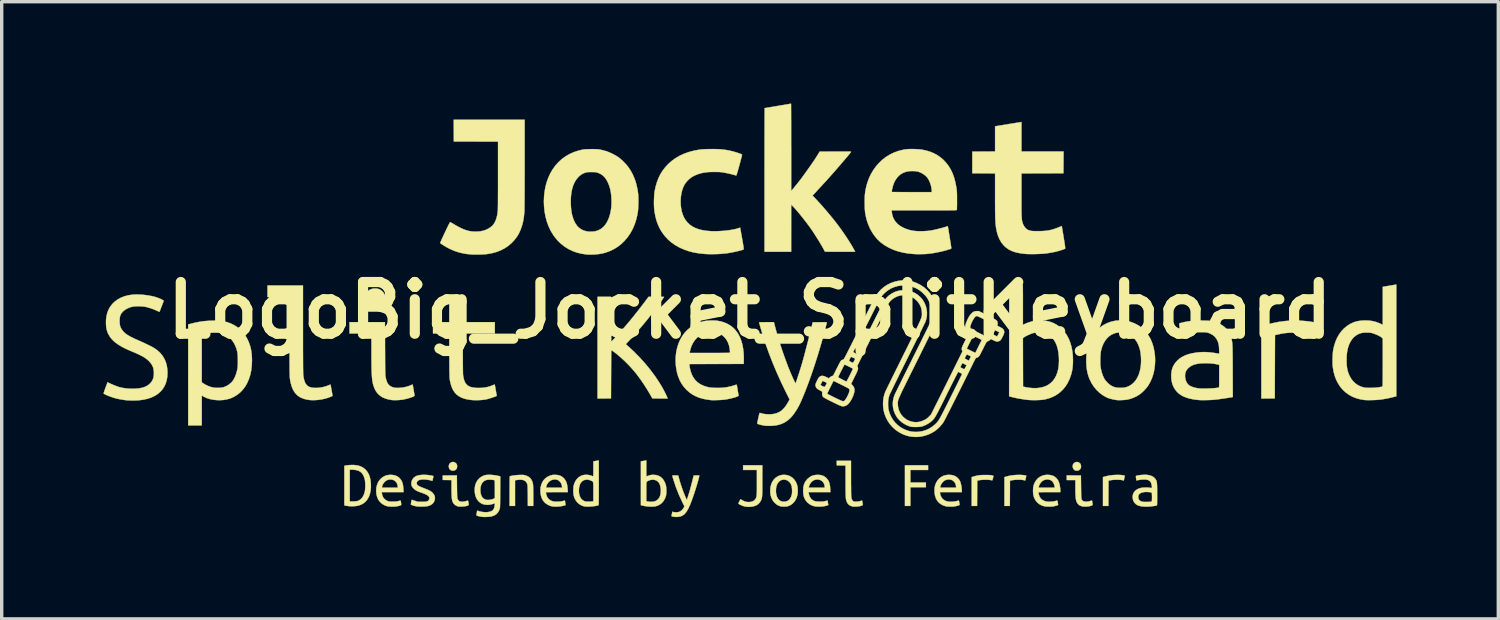
<source format=kicad_pcb>
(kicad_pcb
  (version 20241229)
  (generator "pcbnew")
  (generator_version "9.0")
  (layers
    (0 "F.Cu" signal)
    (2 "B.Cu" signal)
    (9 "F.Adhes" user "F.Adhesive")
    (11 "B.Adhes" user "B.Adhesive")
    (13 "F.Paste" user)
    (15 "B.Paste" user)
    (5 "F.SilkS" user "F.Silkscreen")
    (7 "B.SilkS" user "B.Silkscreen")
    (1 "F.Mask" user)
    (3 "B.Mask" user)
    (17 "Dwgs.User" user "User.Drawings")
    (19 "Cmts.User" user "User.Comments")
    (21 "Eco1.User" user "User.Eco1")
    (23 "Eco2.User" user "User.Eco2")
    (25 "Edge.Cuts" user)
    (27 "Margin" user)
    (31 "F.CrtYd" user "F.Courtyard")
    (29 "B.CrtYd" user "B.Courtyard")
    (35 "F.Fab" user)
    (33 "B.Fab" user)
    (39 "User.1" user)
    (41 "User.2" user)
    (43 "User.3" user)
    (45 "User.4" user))
  (footprint "LogoBig_Jocket_SplitKeyboard"
    (layer "F.Cu")
    (at 19.041 6.094)
    (property "Reference" "LogoBig_Jocket_SplitKeyboard" (at 0 0 0) (layer "F.SilkS") (effects (font (size 1.524 1.524) (thickness 0.3))))
    (attr through_hole)
    (fp_poly (pts (xy 5.254 4.703) (xy 4.732 4.703) (xy 4.732 5.073) (xy 5.189 5.073) (xy 5.189 5.211) (xy 4.732 5.211) (xy 4.732 5.762) (xy 4.572 5.762) (xy 4.572 4.565) (xy 5.254 4.565) (xy 5.254 4.703)) (stroke (width 0.01) (type solid)) (fill yes) (layer "F.SilkS"))
    (fp_poly (pts (xy 9.668 4.471) (xy 9.707 4.488) (xy 9.736 4.515) (xy 9.754 4.551) (xy 9.761 4.596) (xy 9.761 4.6) (xy 9.756 4.641) (xy 9.739 4.675) (xy 9.709 4.704) (xy 9.703 4.708) (xy 9.674 4.72) (xy 9.638 4.725) (xy 9.603 4.721) (xy 9.575 4.711) (xy 9.545 4.684) (xy 9.525 4.65) (xy 9.515 4.61) (xy 9.516 4.567) (xy 9.521 4.548) (xy 9.539 4.516) (xy 9.567 4.49) (xy 9.601 4.473) (xy 9.639 4.467) (xy 9.668 4.471)) (stroke (width 0.01) (type solid)) (fill yes) (layer "F.SilkS"))
    (fp_poly (pts (xy -8.716 4.47) (xy -8.683 4.485) (xy -8.654 4.508) (xy -8.633 4.536) (xy -8.628 4.548) (xy -8.623 4.578) (xy -8.623 4.612) (xy -8.629 4.644) (xy -8.639 4.669) (xy -8.641 4.672) (xy -8.67 4.702) (xy -8.705 4.719) (xy -8.745 4.724) (xy -8.776 4.722) (xy -8.8 4.714) (xy -8.81 4.708) (xy -8.841 4.682) (xy -8.859 4.652) (xy -8.867 4.614) (xy -8.867 4.613) (xy -8.866 4.568) (xy -8.854 4.532) (xy -8.83 4.502) (xy -8.828 4.5) (xy -8.792 4.477) (xy -8.754 4.467) (xy -8.716 4.47)) (stroke (width 0.01) (type solid)) (fill yes) (layer "F.SilkS"))
    (fp_poly (pts (xy 8.041 4.852) (xy 8.11 4.862) (xy 8.132 4.867) (xy 8.148 4.871) (xy 8.133 4.941) (xy 8.127 4.971) (xy 8.122 4.994) (xy 8.119 5.009) (xy 8.118 5.012) (xy 8.111 5.011) (xy 8.094 5.008) (xy 8.07 5.002) (xy 8.035 4.996) (xy 7.989 4.992) (xy 7.936 4.991) (xy 7.881 4.991) (xy 7.826 4.993) (xy 7.776 4.998) (xy 7.734 5.004) (xy 7.729 5.005) (xy 7.667 5.018) (xy 7.665 5.39) (xy 7.663 5.762) (xy 7.504 5.762) (xy 7.504 4.914) (xy 7.552 4.899) (xy 7.626 4.88) (xy 7.707 4.865) (xy 7.793 4.854) (xy 7.879 4.849) (xy 7.963 4.848) (xy 8.041 4.852)) (stroke (width 0.01) (type solid)) (fill yes) (layer "F.SilkS"))
    (fp_poly (pts (xy 10.944 4.852) (xy 11.013 4.862) (xy 11.035 4.867) (xy 11.05 4.871) (xy 11.036 4.941) (xy 11.03 4.971) (xy 11.025 4.994) (xy 11.022 5.009) (xy 11.021 5.012) (xy 11.014 5.011) (xy 10.997 5.008) (xy 10.973 5.002) (xy 10.938 4.996) (xy 10.892 4.992) (xy 10.839 4.991) (xy 10.784 4.991) (xy 10.729 4.993) (xy 10.679 4.998) (xy 10.637 5.004) (xy 10.632 5.005) (xy 10.57 5.018) (xy 10.568 5.39) (xy 10.566 5.762) (xy 10.407 5.762) (xy 10.407 4.914) (xy 10.455 4.899) (xy 10.529 4.88) (xy 10.61 4.865) (xy 10.696 4.854) (xy 10.782 4.849) (xy 10.866 4.848) (xy 10.944 4.852)) (stroke (width 0.01) (type solid)) (fill yes) (layer "F.SilkS"))
    (fp_poly (pts (xy 7.013 4.852) (xy 7.071 4.854) (xy 7.116 4.858) (xy 7.148 4.864) (xy 7.168 4.871) (xy 7.176 4.879) (xy 7.177 4.883) (xy 7.175 4.899) (xy 7.171 4.922) (xy 7.165 4.948) (xy 7.158 4.973) (xy 7.152 4.994) (xy 7.148 5.007) (xy 7.146 5.008) (xy 7.137 5.007) (xy 7.117 5.004) (xy 7.092 5) (xy 7.088 4.999) (xy 7.048 4.994) (xy 6.997 4.991) (xy 6.941 4.99) (xy 6.884 4.992) (xy 6.831 4.995) (xy 6.784 5.001) (xy 6.76 5.005) (xy 6.702 5.018) (xy 6.7 5.39) (xy 6.698 5.762) (xy 6.539 5.762) (xy 6.539 4.914) (xy 6.599 4.896) (xy 6.65 4.881) (xy 6.696 4.87) (xy 6.741 4.862) (xy 6.787 4.856) (xy 6.839 4.853) (xy 6.899 4.852) (xy 6.941 4.852) (xy 7.013 4.852)) (stroke (width 0.01) (type solid)) (fill yes) (layer "F.SilkS"))
    (fp_poly (pts (xy -11.023 -0.645) (xy -10.965 -0.638) (xy -10.915 -0.623) (xy -10.87 -0.598) (xy -10.827 -0.561) (xy -10.815 -0.548) (xy -10.786 -0.515) (xy -10.765 -0.484) (xy -10.751 -0.452) (xy -10.742 -0.415) (xy -10.738 -0.37) (xy -10.737 -0.323) (xy -10.738 -0.269) (xy -10.743 -0.225) (xy -10.752 -0.189) (xy -10.767 -0.158) (xy -10.789 -0.128) (xy -10.819 -0.095) (xy -10.823 -0.09) (xy -10.861 -0.055) (xy -10.898 -0.031) (xy -10.936 -0.015) (xy -10.982 -0.006) (xy -11.031 -0.002) (xy -11.07 -0.002) (xy -11.1 -0.004) (xy -11.125 -0.009) (xy -11.136 -0.013) (xy -11.2 -0.042) (xy -11.253 -0.081) (xy -11.295 -0.129) (xy -11.325 -0.186) (xy -11.344 -0.25) (xy -11.35 -0.322) (xy -11.35 -0.323) (xy -11.346 -0.388) (xy -11.334 -0.443) (xy -11.312 -0.491) (xy -11.28 -0.536) (xy -11.276 -0.541) (xy -11.229 -0.586) (xy -11.177 -0.618) (xy -11.119 -0.637) (xy -11.053 -0.645) (xy -11.023 -0.645)) (stroke (width 0.01) (type solid)) (fill yes) (layer "F.SilkS"))
    (fp_poly (pts (xy 16.2 0.302) (xy 16.403 0.318) (xy 16.45 0.323) (xy 16.488 0.328) (xy 16.528 0.335) (xy 16.568 0.341) (xy 16.605 0.348) (xy 16.636 0.354) (xy 16.659 0.359) (xy 16.671 0.363) (xy 16.673 0.364) (xy 16.672 0.371) (xy 16.669 0.39) (xy 16.663 0.419) (xy 16.656 0.455) (xy 16.648 0.496) (xy 16.64 0.539) (xy 16.631 0.582) (xy 16.623 0.623) (xy 16.615 0.659) (xy 16.609 0.688) (xy 16.604 0.708) (xy 16.602 0.716) (xy 16.602 0.716) (xy 16.595 0.715) (xy 16.577 0.711) (xy 16.552 0.705) (xy 16.546 0.704) (xy 16.464 0.685) (xy 16.38 0.671) (xy 16.291 0.661) (xy 16.194 0.656) (xy 16.087 0.654) (xy 16.021 0.655) (xy 15.932 0.658) (xy 15.853 0.663) (xy 15.78 0.67) (xy 15.708 0.68) (xy 15.634 0.694) (xy 15.563 0.71) (xy 15.476 0.729) (xy 15.472 1.662) (xy 15.469 2.594) (xy 15.073 2.598) (xy 15.073 0.467) (xy 15.173 0.437) (xy 15.381 0.382) (xy 15.588 0.34) (xy 15.793 0.313) (xy 15.997 0.301) (xy 16.2 0.302)) (stroke (width 0.01) (type solid)) (fill yes) (layer "F.SilkS"))
    (fp_poly (pts (xy 9.757 4.866) (xy 9.761 5.203) (xy 9.762 5.286) (xy 9.763 5.355) (xy 9.764 5.412) (xy 9.765 5.458) (xy 9.767 5.496) (xy 9.769 5.525) (xy 9.772 5.547) (xy 9.776 5.564) (xy 9.781 5.578) (xy 9.787 5.588) (xy 9.794 5.597) (xy 9.803 5.605) (xy 9.806 5.607) (xy 9.837 5.628) (xy 9.878 5.638) (xy 9.929 5.638) (xy 9.99 5.629) (xy 10.061 5.609) (xy 10.073 5.605) (xy 10.08 5.606) (xy 10.085 5.614) (xy 10.089 5.632) (xy 10.093 5.658) (xy 10.098 5.693) (xy 10.101 5.716) (xy 10.1 5.73) (xy 10.096 5.738) (xy 10.089 5.744) (xy 10.083 5.747) (xy 10.034 5.764) (xy 9.977 5.776) (xy 9.917 5.782) (xy 9.858 5.782) (xy 9.803 5.776) (xy 9.768 5.767) (xy 9.725 5.749) (xy 9.691 5.727) (xy 9.664 5.696) (xy 9.654 5.682) (xy 9.64 5.66) (xy 9.628 5.635) (xy 9.619 5.607) (xy 9.611 5.574) (xy 9.605 5.535) (xy 9.601 5.488) (xy 9.597 5.432) (xy 9.595 5.365) (xy 9.594 5.287) (xy 9.594 5.216) (xy 9.594 5) (xy 9.34 5) (xy 9.34 4.862) (xy 9.757 4.866)) (stroke (width 0.01) (type solid)) (fill yes) (layer "F.SilkS"))
    (fp_poly (pts (xy -8.627 5.187) (xy -8.626 5.266) (xy -8.625 5.333) (xy -8.624 5.387) (xy -8.623 5.431) (xy -8.622 5.466) (xy -8.621 5.493) (xy -8.619 5.514) (xy -8.616 5.53) (xy -8.614 5.542) (xy -8.612 5.548) (xy -8.593 5.587) (xy -8.566 5.616) (xy -8.539 5.631) (xy -8.509 5.638) (xy -8.469 5.639) (xy -8.425 5.635) (xy -8.38 5.626) (xy -8.362 5.621) (xy -8.336 5.613) (xy -8.315 5.609) (xy -8.303 5.608) (xy -8.302 5.608) (xy -8.298 5.617) (xy -8.294 5.636) (xy -8.29 5.661) (xy -8.285 5.687) (xy -8.282 5.711) (xy -8.28 5.727) (xy -8.28 5.728) (xy -8.287 5.739) (xy -8.306 5.75) (xy -8.335 5.76) (xy -8.371 5.769) (xy -8.412 5.775) (xy -8.456 5.78) (xy -8.501 5.783) (xy -8.543 5.782) (xy -8.58 5.779) (xy -8.597 5.776) (xy -8.638 5.761) (xy -8.679 5.736) (xy -8.713 5.706) (xy -8.729 5.687) (xy -8.743 5.664) (xy -8.754 5.639) (xy -8.764 5.611) (xy -8.772 5.578) (xy -8.778 5.54) (xy -8.782 5.494) (xy -8.785 5.439) (xy -8.787 5.373) (xy -8.788 5.296) (xy -8.788 5.227) (xy -8.788 5.001) (xy -9.046 4.997) (xy -9.046 4.866) (xy -8.838 4.864) (xy -8.63 4.862) (xy -8.627 5.187)) (stroke (width 0.01) (type solid)) (fill yes) (layer "F.SilkS"))
    (fp_poly (pts (xy 2.983 4.94) (xy 2.983 5.026) (xy 2.983 5.109) (xy 2.984 5.188) (xy 2.985 5.261) (xy 2.985 5.326) (xy 2.986 5.384) (xy 2.987 5.431) (xy 2.988 5.468) (xy 2.989 5.492) (xy 2.99 5.5) (xy 3.001 5.552) (xy 3.02 5.592) (xy 3.045 5.62) (xy 3.055 5.626) (xy 3.07 5.633) (xy 3.086 5.636) (xy 3.107 5.638) (xy 3.138 5.637) (xy 3.15 5.636) (xy 3.203 5.631) (xy 3.248 5.622) (xy 3.261 5.618) (xy 3.284 5.61) (xy 3.301 5.606) (xy 3.308 5.606) (xy 3.311 5.614) (xy 3.315 5.633) (xy 3.32 5.657) (xy 3.325 5.683) (xy 3.328 5.707) (xy 3.33 5.724) (xy 3.331 5.727) (xy 3.324 5.738) (xy 3.306 5.75) (xy 3.277 5.76) (xy 3.241 5.769) (xy 3.201 5.776) (xy 3.157 5.78) (xy 3.113 5.783) (xy 3.071 5.782) (xy 3.034 5.779) (xy 3.012 5.774) (xy 2.959 5.754) (xy 2.915 5.724) (xy 2.881 5.684) (xy 2.855 5.633) (xy 2.837 5.57) (xy 2.831 5.529) (xy 2.829 5.509) (xy 2.828 5.476) (xy 2.826 5.43) (xy 2.825 5.373) (xy 2.824 5.306) (xy 2.824 5.231) (xy 2.823 5.147) (xy 2.823 5.056) (xy 2.823 5.02) (xy 2.823 4.572) (xy 2.694 4.57) (xy 2.565 4.568) (xy 2.563 4.501) (xy 2.561 4.434) (xy 2.983 4.434) (xy 2.983 4.94)) (stroke (width 0.01) (type solid)) (fill yes) (layer "F.SilkS"))
    (fp_poly (pts (xy -6.686 4.849) (xy -6.653 4.852) (xy -6.643 4.854) (xy -6.574 4.874) (xy -6.515 4.905) (xy -6.468 4.944) (xy -6.432 4.993) (xy -6.423 5.01) (xy -6.413 5.031) (xy -6.404 5.051) (xy -6.398 5.072) (xy -6.392 5.095) (xy -6.388 5.122) (xy -6.385 5.154) (xy -6.382 5.193) (xy -6.381 5.24) (xy -6.38 5.297) (xy -6.379 5.365) (xy -6.379 5.446) (xy -6.379 5.459) (xy -6.379 5.762) (xy -6.538 5.762) (xy -6.54 5.459) (xy -6.541 5.383) (xy -6.542 5.319) (xy -6.543 5.267) (xy -6.544 5.226) (xy -6.545 5.193) (xy -6.547 5.168) (xy -6.549 5.149) (xy -6.551 5.134) (xy -6.554 5.123) (xy -6.555 5.121) (xy -6.575 5.075) (xy -6.602 5.04) (xy -6.637 5.015) (xy -6.68 4.998) (xy -6.733 4.991) (xy -6.798 4.992) (xy -6.814 4.993) (xy -6.846 4.997) (xy -6.874 5) (xy -6.894 5.003) (xy -6.9 5.004) (xy -6.916 5.008) (xy -6.916 5.762) (xy -7.076 5.762) (xy -7.076 5.327) (xy -7.076 5.249) (xy -7.075 5.175) (xy -7.075 5.107) (xy -7.074 5.046) (xy -7.074 4.993) (xy -7.073 4.95) (xy -7.072 4.917) (xy -7.071 4.896) (xy -7.07 4.888) (xy -7.06 4.886) (xy -7.04 4.881) (xy -7.012 4.875) (xy -6.981 4.869) (xy -6.936 4.862) (xy -6.886 4.857) (xy -6.833 4.852) (xy -6.779 4.85) (xy -6.729 4.849) (xy -6.686 4.849)) (stroke (width 0.01) (type solid)) (fill yes) (layer "F.SilkS"))
    (fp_poly (pts (xy -11.655 4.557) (xy -11.633 4.559) (xy -11.545 4.572) (xy -11.465 4.597) (xy -11.394 4.634) (xy -11.333 4.682) (xy -11.311 4.704) (xy -11.263 4.763) (xy -11.226 4.828) (xy -11.198 4.902) (xy -11.178 4.984) (xy -11.166 5.077) (xy -11.164 5.124) (xy -11.163 5.221) (xy -11.171 5.308) (xy -11.187 5.388) (xy -11.211 5.463) (xy -11.227 5.5) (xy -11.267 5.571) (xy -11.316 5.631) (xy -11.373 5.68) (xy -11.439 5.719) (xy -11.517 5.748) (xy -11.539 5.754) (xy -11.586 5.763) (xy -11.642 5.769) (xy -11.702 5.773) (xy -11.76 5.772) (xy -11.803 5.77) (xy -11.838 5.765) (xy -11.874 5.76) (xy -11.903 5.755) (xy -11.945 5.746) (xy -11.945 4.695) (xy -11.786 4.695) (xy -11.786 5.633) (xy -11.682 5.63) (xy -11.637 5.628) (xy -11.603 5.626) (xy -11.577 5.622) (xy -11.556 5.617) (xy -11.537 5.61) (xy -11.485 5.582) (xy -11.439 5.542) (xy -11.4 5.49) (xy -11.369 5.428) (xy -11.346 5.357) (xy -11.342 5.339) (xy -11.334 5.284) (xy -11.329 5.22) (xy -11.328 5.152) (xy -11.331 5.084) (xy -11.336 5.023) (xy -11.342 4.988) (xy -11.363 4.912) (xy -11.392 4.849) (xy -11.429 4.796) (xy -11.476 4.755) (xy -11.531 4.725) (xy -11.597 4.706) (xy -11.672 4.696) (xy -11.707 4.695) (xy -11.786 4.695) (xy -11.945 4.695) (xy -11.945 4.581) (xy -11.9 4.572) (xy -11.845 4.564) (xy -11.782 4.558) (xy -11.717 4.556) (xy -11.655 4.557)) (stroke (width 0.01) (type solid)) (fill yes) (layer "F.SilkS"))
    (fp_poly (pts (xy 0.37 5.011) (xy 0.37 5.109) (xy 0.37 5.194) (xy 0.37 5.267) (xy 0.369 5.329) (xy 0.368 5.381) (xy 0.366 5.425) (xy 0.364 5.461) (xy 0.361 5.491) (xy 0.357 5.517) (xy 0.353 5.538) (xy 0.347 5.558) (xy 0.341 5.575) (xy 0.333 5.593) (xy 0.324 5.612) (xy 0.323 5.615) (xy 0.29 5.667) (xy 0.249 5.709) (xy 0.196 5.743) (xy 0.184 5.749) (xy 0.125 5.77) (xy 0.058 5.784) (xy -0.014 5.79) (xy -0.087 5.787) (xy -0.134 5.781) (xy -0.168 5.773) (xy -0.204 5.761) (xy -0.24 5.747) (xy -0.274 5.732) (xy -0.302 5.717) (xy -0.323 5.703) (xy -0.333 5.692) (xy -0.334 5.689) (xy -0.331 5.68) (xy -0.323 5.661) (xy -0.312 5.638) (xy -0.299 5.614) (xy -0.287 5.591) (xy -0.277 5.574) (xy -0.272 5.566) (xy -0.271 5.566) (xy -0.263 5.57) (xy -0.247 5.579) (xy -0.225 5.592) (xy -0.186 5.614) (xy -0.153 5.629) (xy -0.121 5.639) (xy -0.084 5.646) (xy -0.082 5.646) (xy -0.02 5.649) (xy 0.037 5.642) (xy 0.088 5.626) (xy 0.131 5.6) (xy 0.164 5.565) (xy 0.165 5.564) (xy 0.174 5.549) (xy 0.182 5.534) (xy 0.189 5.518) (xy 0.195 5.5) (xy 0.199 5.477) (xy 0.203 5.45) (xy 0.206 5.416) (xy 0.208 5.375) (xy 0.209 5.325) (xy 0.21 5.265) (xy 0.21 5.194) (xy 0.21 5.109) (xy 0.21 5.066) (xy 0.21 4.703) (xy -0.196 4.703) (xy -0.196 4.565) (xy 0.37 4.565) (xy 0.37 5.011)) (stroke (width 0.01) (type solid)) (fill yes) (layer "F.SilkS"))
    (fp_poly (pts (xy -4.084 0.263) (xy -4.082 0.926) (xy -3.979 0.817) (xy -3.868 0.696) (xy -3.751 0.565) (xy -3.631 0.425) (xy -3.508 0.279) (xy -3.386 0.128) (xy -3.265 -0.025) (xy -3.147 -0.179) (xy -3.108 -0.23) (xy -2.982 -0.399) (xy -2.754 -0.399) (xy -2.698 -0.399) (xy -2.647 -0.399) (xy -2.603 -0.398) (xy -2.567 -0.398) (xy -2.541 -0.397) (xy -2.527 -0.396) (xy -2.525 -0.396) (xy -2.53 -0.389) (xy -2.541 -0.372) (xy -2.558 -0.346) (xy -2.58 -0.314) (xy -2.605 -0.278) (xy -2.633 -0.239) (xy -2.661 -0.198) (xy -2.69 -0.159) (xy -2.709 -0.132) (xy -2.792 -0.02) (xy -2.883 0.1) (xy -2.981 0.224) (xy -3.084 0.35) (xy -3.188 0.476) (xy -3.294 0.6) (xy -3.397 0.718) (xy -3.497 0.83) (xy -3.591 0.931) (xy -3.595 0.935) (xy -3.653 0.996) (xy -3.628 1.018) (xy -3.438 1.191) (xy -3.259 1.371) (xy -3.091 1.556) (xy -2.935 1.746) (xy -2.791 1.939) (xy -2.661 2.135) (xy -2.571 2.284) (xy -2.551 2.322) (xy -2.528 2.364) (xy -2.505 2.408) (xy -2.483 2.453) (xy -2.463 2.494) (xy -2.447 2.53) (xy -2.434 2.559) (xy -2.427 2.578) (xy -2.427 2.579) (xy -2.422 2.598) (xy -2.646 2.596) (xy -2.869 2.594) (xy -2.894 2.551) (xy -2.978 2.406) (xy -3.06 2.273) (xy -3.139 2.151) (xy -3.218 2.037) (xy -3.297 1.929) (xy -3.378 1.826) (xy -3.431 1.763) (xy -3.512 1.672) (xy -3.599 1.58) (xy -3.689 1.491) (xy -3.78 1.407) (xy -3.87 1.328) (xy -3.956 1.258) (xy -4.028 1.206) (xy -4.082 1.167) (xy -4.089 2.594) (xy -4.485 2.598) (xy -4.485 -0.399) (xy -4.086 -0.399) (xy -4.084 0.263)) (stroke (width 0.01) (type solid)) (fill yes) (layer "F.SilkS"))
    (fp_poly (pts (xy 1.084 4.852) (xy 1.154 4.872) (xy 1.218 4.904) (xy 1.275 4.948) (xy 1.324 5.003) (xy 1.363 5.067) (xy 1.393 5.14) (xy 1.397 5.156) (xy 1.406 5.2) (xy 1.412 5.253) (xy 1.414 5.31) (xy 1.413 5.367) (xy 1.408 5.417) (xy 1.405 5.436) (xy 1.383 5.513) (xy 1.351 5.583) (xy 1.309 5.644) (xy 1.259 5.696) (xy 1.201 5.737) (xy 1.137 5.766) (xy 1.114 5.773) (xy 1.07 5.78) (xy 1.019 5.783) (xy 0.966 5.781) (xy 0.918 5.775) (xy 0.895 5.77) (xy 0.832 5.745) (xy 0.774 5.707) (xy 0.723 5.659) (xy 0.678 5.601) (xy 0.644 5.535) (xy 0.62 5.468) (xy 0.61 5.415) (xy 0.605 5.354) (xy 0.605 5.346) (xy 0.771 5.346) (xy 0.771 5.351) (xy 0.781 5.426) (xy 0.8 5.49) (xy 0.828 5.544) (xy 0.864 5.586) (xy 0.909 5.618) (xy 0.934 5.629) (xy 0.965 5.636) (xy 1.004 5.637) (xy 1.046 5.635) (xy 1.083 5.627) (xy 1.108 5.618) (xy 1.154 5.587) (xy 1.191 5.543) (xy 1.22 5.488) (xy 1.238 5.43) (xy 1.245 5.39) (xy 1.247 5.341) (xy 1.247 5.288) (xy 1.243 5.237) (xy 1.236 5.19) (xy 1.227 5.156) (xy 1.201 5.1) (xy 1.165 5.054) (xy 1.122 5.02) (xy 1.072 4.997) (xy 1.054 4.992) (xy 0.998 4.987) (xy 0.946 4.995) (xy 0.9 5.015) (xy 0.86 5.047) (xy 0.826 5.089) (xy 0.8 5.141) (xy 0.781 5.202) (xy 0.772 5.27) (xy 0.771 5.346) (xy 0.605 5.346) (xy 0.604 5.29) (xy 0.609 5.229) (xy 0.613 5.203) (xy 0.632 5.125) (xy 0.663 5.054) (xy 0.704 4.992) (xy 0.753 4.94) (xy 0.81 4.899) (xy 0.875 4.868) (xy 0.945 4.85) (xy 1.009 4.846) (xy 1.084 4.852)) (stroke (width 0.01) (type solid)) (fill yes) (layer "F.SilkS"))
    (fp_poly (pts (xy 2.067 4.85) (xy 2.128 4.863) (xy 2.181 4.884) (xy 2.229 4.916) (xy 2.259 4.943) (xy 2.297 4.988) (xy 2.327 5.038) (xy 2.348 5.097) (xy 2.363 5.164) (xy 2.37 5.243) (xy 2.371 5.26) (xy 2.375 5.356) (xy 1.733 5.356) (xy 1.737 5.393) (xy 1.752 5.454) (xy 1.776 5.508) (xy 1.81 5.554) (xy 1.849 5.588) (xy 1.878 5.605) (xy 1.908 5.618) (xy 1.94 5.627) (xy 1.979 5.632) (xy 2.027 5.635) (xy 2.072 5.635) (xy 2.117 5.635) (xy 2.152 5.634) (xy 2.179 5.631) (xy 2.202 5.627) (xy 2.225 5.621) (xy 2.234 5.618) (xy 2.26 5.611) (xy 2.279 5.606) (xy 2.29 5.604) (xy 2.29 5.604) (xy 2.292 5.612) (xy 2.296 5.631) (xy 2.301 5.657) (xy 2.303 5.671) (xy 2.313 5.735) (xy 2.287 5.746) (xy 2.242 5.76) (xy 2.186 5.772) (xy 2.124 5.779) (xy 2.06 5.783) (xy 1.996 5.782) (xy 1.938 5.778) (xy 1.905 5.772) (xy 1.833 5.75) (xy 1.766 5.715) (xy 1.707 5.669) (xy 1.698 5.661) (xy 1.653 5.608) (xy 1.619 5.551) (xy 1.594 5.488) (xy 1.579 5.417) (xy 1.573 5.336) (xy 1.573 5.319) (xy 1.577 5.234) (xy 1.579 5.225) (xy 1.736 5.225) (xy 2.214 5.225) (xy 2.21 5.209) (xy 2.207 5.191) (xy 2.204 5.168) (xy 2.203 5.161) (xy 2.189 5.11) (xy 2.164 5.066) (xy 2.13 5.031) (xy 2.089 5.004) (xy 2.041 4.988) (xy 1.99 4.983) (xy 1.937 4.989) (xy 1.883 5.007) (xy 1.882 5.008) (xy 1.84 5.036) (xy 1.802 5.075) (xy 1.771 5.122) (xy 1.748 5.174) (xy 1.743 5.195) (xy 1.736 5.225) (xy 1.579 5.225) (xy 1.59 5.159) (xy 1.613 5.093) (xy 1.646 5.033) (xy 1.69 4.979) (xy 1.701 4.967) (xy 1.758 4.919) (xy 1.817 4.883) (xy 1.88 4.86) (xy 1.951 4.849) (xy 1.996 4.847) (xy 2.067 4.85)) (stroke (width 0.01) (type solid)) (fill yes) (layer "F.SilkS"))
    (fp_poly (pts (xy -10.746 1.116) (xy -10.745 1.24) (xy -10.745 1.351) (xy -10.744 1.449) (xy -10.744 1.535) (xy -10.743 1.61) (xy -10.743 1.675) (xy -10.742 1.731) (xy -10.741 1.778) (xy -10.74 1.818) (xy -10.739 1.852) (xy -10.738 1.879) (xy -10.737 1.902) (xy -10.735 1.921) (xy -10.734 1.937) (xy -10.732 1.951) (xy -10.731 1.956) (xy -10.715 2.034) (xy -10.694 2.099) (xy -10.668 2.153) (xy -10.635 2.196) (xy -10.595 2.229) (xy -10.547 2.255) (xy -10.49 2.274) (xy -10.481 2.276) (xy -10.454 2.281) (xy -10.423 2.284) (xy -10.386 2.285) (xy -10.339 2.284) (xy -10.334 2.284) (xy -10.225 2.274) (xy -10.124 2.254) (xy -10.027 2.223) (xy -9.984 2.204) (xy -9.96 2.194) (xy -9.942 2.187) (xy -9.933 2.185) (xy -9.933 2.185) (xy -9.931 2.193) (xy -9.927 2.212) (xy -9.922 2.241) (xy -9.916 2.277) (xy -9.909 2.317) (xy -9.902 2.359) (xy -9.895 2.401) (xy -9.888 2.44) (xy -9.883 2.473) (xy -9.879 2.498) (xy -9.877 2.513) (xy -9.877 2.515) (xy -9.884 2.524) (xy -9.903 2.536) (xy -9.933 2.549) (xy -9.971 2.563) (xy -10.015 2.578) (xy -10.065 2.593) (xy -10.117 2.607) (xy -10.17 2.619) (xy -10.207 2.627) (xy -10.26 2.635) (xy -10.322 2.641) (xy -10.387 2.645) (xy -10.451 2.646) (xy -10.509 2.645) (xy -10.545 2.642) (xy -10.648 2.624) (xy -10.741 2.597) (xy -10.824 2.56) (xy -10.896 2.513) (xy -10.958 2.456) (xy -11.01 2.389) (xy -11.053 2.31) (xy -11.086 2.221) (xy -11.097 2.184) (xy -11.105 2.151) (xy -11.112 2.115) (xy -11.118 2.078) (xy -11.124 2.038) (xy -11.129 1.993) (xy -11.133 1.943) (xy -11.137 1.887) (xy -11.14 1.824) (xy -11.142 1.752) (xy -11.144 1.671) (xy -11.145 1.58) (xy -11.146 1.478) (xy -11.147 1.364) (xy -11.147 1.237) (xy -11.147 1.188) (xy -11.147 0.682) (xy -11.793 0.682) (xy -11.793 0.348) (xy -10.749 0.348) (xy -10.746 1.116)) (stroke (width 0.01) (type solid)) (fill yes) (layer "F.SilkS"))
    (fp_poly (pts (xy -1.511 4.863) (xy -1.497 4.865) (xy -1.49 4.868) (xy -1.488 4.873) (xy -1.488 4.875) (xy -1.49 4.891) (xy -1.496 4.918) (xy -1.506 4.956) (xy -1.518 5.003) (xy -1.533 5.056) (xy -1.55 5.115) (xy -1.569 5.177) (xy -1.588 5.24) (xy -1.608 5.304) (xy -1.628 5.365) (xy -1.647 5.424) (xy -1.65 5.433) (xy -1.689 5.544) (xy -1.725 5.642) (xy -1.759 5.728) (xy -1.792 5.801) (xy -1.823 5.864) (xy -1.855 5.917) (xy -1.886 5.962) (xy -1.918 5.998) (xy -1.952 6.027) (xy -1.987 6.049) (xy -2.024 6.066) (xy -2.029 6.068) (xy -2.069 6.078) (xy -2.117 6.085) (xy -2.169 6.087) (xy -2.218 6.084) (xy -2.26 6.078) (xy -2.283 6.071) (xy -2.3 6.066) (xy -2.306 6.064) (xy -2.306 6.058) (xy -2.303 6.042) (xy -2.298 6.015) (xy -2.289 5.976) (xy -2.282 5.945) (xy -2.278 5.934) (xy -2.269 5.934) (xy -2.263 5.937) (xy -2.241 5.944) (xy -2.21 5.948) (xy -2.173 5.95) (xy -2.136 5.948) (xy -2.102 5.944) (xy -2.087 5.94) (xy -2.046 5.922) (xy -2.006 5.891) (xy -1.97 5.852) (xy -1.947 5.816) (xy -1.925 5.775) (xy -1.982 5.662) (xy -2.087 5.434) (xy -2.179 5.201) (xy -2.256 4.966) (xy -2.26 4.954) (xy -2.271 4.916) (xy -2.277 4.889) (xy -2.279 4.873) (xy -2.277 4.866) (xy -2.276 4.865) (xy -2.265 4.864) (xy -2.244 4.863) (xy -2.214 4.863) (xy -2.188 4.864) (xy -2.108 4.866) (xy -2.082 4.964) (xy -2.062 5.035) (xy -2.038 5.113) (xy -2.011 5.195) (xy -1.983 5.277) (xy -1.953 5.357) (xy -1.924 5.431) (xy -1.897 5.496) (xy -1.885 5.522) (xy -1.854 5.59) (xy -1.812 5.46) (xy -1.796 5.407) (xy -1.779 5.352) (xy -1.762 5.292) (xy -1.744 5.227) (xy -1.725 5.154) (xy -1.703 5.071) (xy -1.679 4.976) (xy -1.679 4.975) (xy -1.651 4.866) (xy -1.569 4.864) (xy -1.534 4.863) (xy -1.511 4.863)) (stroke (width 0.01) (type solid)) (fill yes) (layer "F.SilkS"))
    (fp_poly (pts (xy -13.164 0.539) (xy -13.164 0.715) (xy -13.164 0.88) (xy -13.164 1.034) (xy -13.164 1.177) (xy -13.163 1.307) (xy -13.163 1.426) (xy -13.162 1.531) (xy -13.162 1.625) (xy -13.161 1.705) (xy -13.16 1.772) (xy -13.159 1.825) (xy -13.158 1.864) (xy -13.157 1.89) (xy -13.157 1.896) (xy -13.145 1.986) (xy -13.127 2.062) (xy -13.103 2.127) (xy -13.072 2.18) (xy -13.034 2.221) (xy -12.99 2.25) (xy -12.941 2.268) (xy -12.882 2.28) (xy -12.814 2.285) (xy -12.741 2.284) (xy -12.664 2.277) (xy -12.586 2.264) (xy -12.51 2.245) (xy -12.437 2.22) (xy -12.403 2.205) (xy -12.38 2.196) (xy -12.362 2.189) (xy -12.353 2.188) (xy -12.353 2.188) (xy -12.351 2.195) (xy -12.347 2.215) (xy -12.342 2.243) (xy -12.335 2.279) (xy -12.328 2.319) (xy -12.32 2.361) (xy -12.313 2.403) (xy -12.306 2.442) (xy -12.3 2.475) (xy -12.296 2.501) (xy -12.294 2.516) (xy -12.294 2.519) (xy -12.3 2.524) (xy -12.316 2.533) (xy -12.34 2.544) (xy -12.353 2.549) (xy -12.438 2.58) (xy -12.531 2.606) (xy -12.631 2.626) (xy -12.732 2.64) (xy -12.831 2.646) (xy -12.924 2.645) (xy -12.972 2.641) (xy -13.007 2.636) (xy -13.048 2.629) (xy -13.089 2.62) (xy -13.101 2.617) (xy -13.184 2.59) (xy -13.259 2.554) (xy -13.324 2.509) (xy -13.381 2.453) (xy -13.429 2.387) (xy -13.47 2.31) (xy -13.503 2.221) (xy -13.53 2.119) (xy -13.547 2.025) (xy -13.548 2.013) (xy -13.55 1.999) (xy -13.551 1.984) (xy -13.552 1.965) (xy -13.554 1.943) (xy -13.555 1.917) (xy -13.555 1.886) (xy -13.556 1.849) (xy -13.557 1.806) (xy -13.558 1.756) (xy -13.558 1.698) (xy -13.559 1.632) (xy -13.559 1.557) (xy -13.56 1.471) (xy -13.56 1.375) (xy -13.56 1.268) (xy -13.561 1.149) (xy -13.561 1.017) (xy -13.561 0.872) (xy -13.562 0.775) (xy -13.564 -0.392) (xy -14.209 -0.392) (xy -14.209 -0.733) (xy -13.164 -0.733) (xy -13.164 0.539)) (stroke (width 0.01) (type solid)) (fill yes) (layer "F.SilkS"))
    (fp_poly (pts (xy -5.671 4.851) (xy -5.611 4.863) (xy -5.559 4.885) (xy -5.511 4.917) (xy -5.473 4.952) (xy -5.438 4.997) (xy -5.41 5.048) (xy -5.389 5.109) (xy -5.375 5.179) (xy -5.366 5.262) (xy -5.366 5.272) (xy -5.361 5.356) (xy -5.685 5.356) (xy -5.752 5.356) (xy -5.814 5.356) (xy -5.87 5.357) (xy -5.919 5.357) (xy -5.959 5.358) (xy -5.988 5.359) (xy -6.005 5.36) (xy -6.009 5.361) (xy -6.007 5.371) (xy -6.004 5.39) (xy -5.998 5.415) (xy -5.979 5.478) (xy -5.949 5.531) (xy -5.909 5.573) (xy -5.859 5.606) (xy -5.798 5.627) (xy -5.778 5.632) (xy -5.74 5.637) (xy -5.692 5.638) (xy -5.64 5.637) (xy -5.587 5.633) (xy -5.54 5.626) (xy -5.505 5.618) (xy -5.479 5.611) (xy -5.46 5.607) (xy -5.45 5.606) (xy -5.45 5.606) (xy -5.446 5.615) (xy -5.442 5.633) (xy -5.44 5.648) (xy -5.437 5.676) (xy -5.433 5.702) (xy -5.431 5.712) (xy -5.427 5.738) (xy -5.466 5.75) (xy -5.53 5.766) (xy -5.602 5.777) (xy -5.675 5.783) (xy -5.747 5.783) (xy -5.811 5.777) (xy -5.835 5.773) (xy -5.898 5.753) (xy -5.961 5.722) (xy -6.017 5.684) (xy -6.044 5.659) (xy -6.092 5.602) (xy -6.128 5.535) (xy -6.152 5.46) (xy -6.166 5.376) (xy -6.169 5.312) (xy -6.163 5.225) (xy -6.003 5.225) (xy -5.528 5.225) (xy -5.533 5.183) (xy -5.546 5.128) (xy -5.569 5.079) (xy -5.603 5.037) (xy -5.644 5.006) (xy -5.66 4.998) (xy -5.704 4.985) (xy -5.754 4.982) (xy -5.805 4.989) (xy -5.847 5.003) (xy -5.895 5.033) (xy -5.937 5.073) (xy -5.97 5.121) (xy -5.992 5.175) (xy -5.998 5.199) (xy -6.003 5.225) (xy -6.163 5.225) (xy -6.163 5.224) (xy -6.145 5.144) (xy -6.116 5.071) (xy -6.077 5.007) (xy -6.026 4.953) (xy -5.966 4.908) (xy -5.896 4.874) (xy -5.88 4.868) (xy -5.849 4.858) (xy -5.822 4.851) (xy -5.795 4.848) (xy -5.761 4.847) (xy -5.741 4.847) (xy -5.671 4.851)) (stroke (width 0.01) (type solid)) (fill yes) (layer "F.SilkS"))
    (fp_poly (pts (xy -3.048 4.657) (xy -3.048 4.713) (xy -3.048 4.765) (xy -3.047 4.81) (xy -3.047 4.847) (xy -3.046 4.874) (xy -3.045 4.889) (xy -3.045 4.891) (xy -3.037 4.889) (xy -3.019 4.883) (xy -2.993 4.875) (xy -2.974 4.869) (xy -2.937 4.857) (xy -2.906 4.85) (xy -2.875 4.847) (xy -2.838 4.846) (xy -2.763 4.853) (xy -2.695 4.872) (xy -2.635 4.903) (xy -2.583 4.946) (xy -2.538 5.002) (xy -2.502 5.069) (xy -2.474 5.147) (xy -2.473 5.15) (xy -2.465 5.192) (xy -2.459 5.243) (xy -2.457 5.299) (xy -2.457 5.355) (xy -2.46 5.407) (xy -2.467 5.451) (xy -2.47 5.465) (xy -2.498 5.543) (xy -2.536 5.611) (xy -2.583 5.668) (xy -2.64 5.715) (xy -2.704 5.75) (xy -2.773 5.773) (xy -2.812 5.779) (xy -2.861 5.782) (xy -2.917 5.783) (xy -2.974 5.781) (xy -3.03 5.776) (xy -3.073 5.77) (xy -3.108 5.763) (xy -3.141 5.757) (xy -3.167 5.751) (xy -3.177 5.748) (xy -3.208 5.74) (xy -3.208 5.21) (xy -3.048 5.21) (xy -3.048 5.269) (xy -3.048 5.342) (xy -3.048 5.623) (xy -3.01 5.631) (xy -2.969 5.637) (xy -2.929 5.641) (xy -2.895 5.642) (xy -2.888 5.641) (xy -2.87 5.639) (xy -2.845 5.636) (xy -2.837 5.635) (xy -2.784 5.622) (xy -2.736 5.595) (xy -2.694 5.558) (xy -2.662 5.512) (xy -2.659 5.507) (xy -2.639 5.455) (xy -2.626 5.395) (xy -2.62 5.331) (xy -2.622 5.266) (xy -2.631 5.203) (xy -2.646 5.145) (xy -2.668 5.095) (xy -2.686 5.068) (xy -2.724 5.031) (xy -2.77 5.005) (xy -2.822 4.991) (xy -2.877 4.989) (xy -2.934 4.999) (xy -2.985 5.019) (xy -3.001 5.027) (xy -3.013 5.033) (xy -3.024 5.039) (xy -3.032 5.048) (xy -3.038 5.059) (xy -3.042 5.074) (xy -3.045 5.096) (xy -3.047 5.125) (xy -3.048 5.162) (xy -3.048 5.21) (xy -3.208 5.21) (xy -3.208 4.449) (xy -3.184 4.445) (xy -3.165 4.442) (xy -3.138 4.437) (xy -3.107 4.432) (xy -3.104 4.431) (xy -3.048 4.422) (xy -3.048 4.657)) (stroke (width 0.01) (type solid)) (fill yes) (layer "F.SilkS"))
    (fp_poly (pts (xy -10.505 4.852) (xy -10.438 4.868) (xy -10.379 4.895) (xy -10.327 4.934) (xy -10.315 4.947) (xy -10.279 4.99) (xy -10.251 5.04) (xy -10.23 5.097) (xy -10.215 5.165) (xy -10.207 5.243) (xy -10.206 5.263) (xy -10.201 5.356) (xy -10.844 5.356) (xy -10.839 5.396) (xy -10.826 5.459) (xy -10.8 5.513) (xy -10.763 5.559) (xy -10.714 5.596) (xy -10.669 5.618) (xy -10.652 5.625) (xy -10.634 5.629) (xy -10.614 5.632) (xy -10.588 5.634) (xy -10.554 5.635) (xy -10.516 5.635) (xy -10.472 5.635) (xy -10.438 5.634) (xy -10.411 5.632) (xy -10.385 5.628) (xy -10.358 5.622) (xy -10.323 5.612) (xy -10.301 5.606) (xy -10.293 5.605) (xy -10.287 5.609) (xy -10.283 5.62) (xy -10.279 5.643) (xy -10.277 5.657) (xy -10.272 5.692) (xy -10.27 5.716) (xy -10.272 5.731) (xy -10.279 5.74) (xy -10.292 5.747) (xy -10.314 5.753) (xy -10.318 5.755) (xy -10.352 5.764) (xy -10.39 5.772) (xy -10.414 5.776) (xy -10.453 5.781) (xy -10.501 5.783) (xy -10.552 5.783) (xy -10.601 5.781) (xy -10.645 5.777) (xy -10.675 5.773) (xy -10.743 5.751) (xy -10.807 5.718) (xy -10.864 5.675) (xy -10.913 5.624) (xy -10.951 5.567) (xy -10.953 5.562) (xy -10.983 5.486) (xy -11.001 5.405) (xy -11.008 5.32) (xy -11.003 5.235) (xy -10.998 5.216) (xy -10.84 5.216) (xy -10.837 5.219) (xy -10.831 5.221) (xy -10.819 5.222) (xy -10.8 5.224) (xy -10.772 5.224) (xy -10.735 5.225) (xy -10.686 5.225) (xy -10.625 5.225) (xy -10.606 5.225) (xy -10.368 5.225) (xy -10.372 5.183) (xy -10.384 5.126) (xy -10.407 5.077) (xy -10.44 5.037) (xy -10.481 5.008) (xy -10.529 4.989) (xy -10.583 4.982) (xy -10.627 4.986) (xy -10.657 4.993) (xy -10.685 5.002) (xy -10.699 5.009) (xy -10.738 5.035) (xy -10.773 5.071) (xy -10.804 5.114) (xy -10.825 5.158) (xy -10.831 5.178) (xy -10.835 5.198) (xy -10.839 5.212) (xy -10.84 5.216) (xy -10.998 5.216) (xy -10.985 5.153) (xy -10.958 5.082) (xy -10.939 5.045) (xy -10.918 5.014) (xy -10.892 4.983) (xy -10.877 4.968) (xy -10.82 4.918) (xy -10.76 4.883) (xy -10.695 4.859) (xy -10.623 4.848) (xy -10.581 4.846) (xy -10.505 4.852)) (stroke (width 0.01) (type solid)) (fill yes) (layer "F.SilkS"))
    (fp_poly (pts (xy 8.836 4.85) (xy 8.9 4.863) (xy 8.956 4.884) (xy 8.957 4.885) (xy 8.989 4.906) (xy 9.024 4.936) (xy 9.056 4.97) (xy 9.078 4.999) (xy 9.101 5.045) (xy 9.121 5.103) (xy 9.136 5.17) (xy 9.146 5.243) (xy 9.151 5.321) (xy 9.151 5.336) (xy 9.151 5.356) (xy 8.828 5.356) (xy 8.75 5.356) (xy 8.686 5.356) (xy 8.633 5.356) (xy 8.592 5.357) (xy 8.56 5.358) (xy 8.537 5.359) (xy 8.521 5.36) (xy 8.511 5.362) (xy 8.506 5.364) (xy 8.505 5.366) (xy 8.507 5.379) (xy 8.511 5.4) (xy 8.514 5.415) (xy 8.534 5.478) (xy 8.564 5.531) (xy 8.605 5.574) (xy 8.657 5.606) (xy 8.718 5.628) (xy 8.729 5.631) (xy 8.773 5.637) (xy 8.825 5.639) (xy 8.881 5.637) (xy 8.937 5.632) (xy 8.988 5.623) (xy 9.029 5.612) (xy 9.038 5.609) (xy 9.052 5.604) (xy 9.062 5.608) (xy 9.068 5.62) (xy 9.073 5.645) (xy 9.074 5.656) (xy 9.078 5.683) (xy 9.082 5.707) (xy 9.083 5.716) (xy 9.085 5.727) (xy 9.082 5.735) (xy 9.074 5.741) (xy 9.056 5.747) (xy 9.034 5.753) (xy 9 5.762) (xy 8.965 5.771) (xy 8.938 5.776) (xy 8.901 5.781) (xy 8.856 5.783) (xy 8.806 5.783) (xy 8.757 5.781) (xy 8.712 5.778) (xy 8.68 5.773) (xy 8.607 5.75) (xy 8.541 5.716) (xy 8.482 5.671) (xy 8.433 5.617) (xy 8.397 5.558) (xy 8.374 5.503) (xy 8.358 5.448) (xy 8.349 5.388) (xy 8.346 5.319) (xy 8.346 5.316) (xy 8.349 5.246) (xy 8.352 5.225) (xy 8.511 5.225) (xy 8.986 5.225) (xy 8.981 5.188) (xy 8.968 5.132) (xy 8.946 5.082) (xy 8.916 5.041) (xy 8.879 5.01) (xy 8.868 5.004) (xy 8.822 4.988) (xy 8.771 4.982) (xy 8.717 4.987) (xy 8.666 5.003) (xy 8.653 5.009) (xy 8.615 5.034) (xy 8.579 5.071) (xy 8.549 5.114) (xy 8.526 5.16) (xy 8.515 5.199) (xy 8.511 5.225) (xy 8.352 5.225) (xy 8.357 5.185) (xy 8.373 5.13) (xy 8.396 5.076) (xy 8.437 5.009) (xy 8.486 4.953) (xy 8.544 4.909) (xy 8.612 4.875) (xy 8.64 4.865) (xy 8.702 4.851) (xy 8.769 4.846) (xy 8.836 4.85)) (stroke (width 0.01) (type solid)) (fill yes) (layer "F.SilkS"))
    (fp_poly (pts (xy 5.934 4.85) (xy 5.997 4.863) (xy 6.053 4.884) (xy 6.054 4.885) (xy 6.085 4.905) (xy 6.119 4.934) (xy 6.151 4.966) (xy 6.176 4.999) (xy 6.177 5) (xy 6.198 5.04) (xy 6.215 5.092) (xy 6.23 5.152) (xy 6.241 5.218) (xy 6.247 5.286) (xy 6.248 5.332) (xy 6.248 5.356) (xy 5.601 5.356) (xy 5.606 5.387) (xy 5.622 5.454) (xy 5.649 5.511) (xy 5.685 5.558) (xy 5.732 5.594) (xy 5.788 5.62) (xy 5.826 5.631) (xy 5.87 5.637) (xy 5.923 5.639) (xy 5.979 5.637) (xy 6.034 5.632) (xy 6.085 5.623) (xy 6.127 5.612) (xy 6.135 5.609) (xy 6.149 5.604) (xy 6.159 5.608) (xy 6.165 5.62) (xy 6.17 5.645) (xy 6.172 5.656) (xy 6.175 5.683) (xy 6.179 5.707) (xy 6.18 5.716) (xy 6.182 5.727) (xy 6.179 5.735) (xy 6.171 5.741) (xy 6.153 5.747) (xy 6.131 5.753) (xy 6.097 5.762) (xy 6.062 5.771) (xy 6.035 5.776) (xy 5.999 5.781) (xy 5.953 5.783) (xy 5.903 5.783) (xy 5.854 5.781) (xy 5.81 5.778) (xy 5.777 5.773) (xy 5.717 5.754) (xy 5.657 5.726) (xy 5.603 5.691) (xy 5.567 5.66) (xy 5.519 5.602) (xy 5.483 5.536) (xy 5.459 5.46) (xy 5.445 5.376) (xy 5.443 5.314) (xy 5.446 5.243) (xy 5.449 5.225) (xy 5.608 5.225) (xy 5.845 5.225) (xy 5.91 5.225) (xy 5.961 5.225) (xy 6.002 5.225) (xy 6.032 5.224) (xy 6.053 5.223) (xy 6.067 5.222) (xy 6.076 5.219) (xy 6.08 5.217) (xy 6.081 5.213) (xy 6.081 5.211) (xy 6.079 5.186) (xy 6.072 5.154) (xy 6.063 5.122) (xy 6.053 5.095) (xy 6.052 5.093) (xy 6.032 5.063) (xy 6.005 5.033) (xy 5.975 5.01) (xy 5.965 5.004) (xy 5.92 4.988) (xy 5.868 4.982) (xy 5.815 4.987) (xy 5.764 5.003) (xy 5.75 5.009) (xy 5.711 5.035) (xy 5.675 5.073) (xy 5.644 5.117) (xy 5.622 5.165) (xy 5.613 5.198) (xy 5.608 5.225) (xy 5.449 5.225) (xy 5.455 5.181) (xy 5.472 5.125) (xy 5.493 5.076) (xy 5.534 5.009) (xy 5.583 4.953) (xy 5.642 4.909) (xy 5.709 4.875) (xy 5.737 4.865) (xy 5.799 4.851) (xy 5.866 4.846) (xy 5.934 4.85)) (stroke (width 0.01) (type solid)) (fill yes) (layer "F.SilkS"))
    (fp_poly (pts (xy -4.449 5.081) (xy -4.449 5.193) (xy -4.449 5.293) (xy -4.449 5.379) (xy -4.449 5.454) (xy -4.449 5.518) (xy -4.45 5.571) (xy -4.45 5.615) (xy -4.451 5.651) (xy -4.451 5.68) (xy -4.452 5.702) (xy -4.453 5.718) (xy -4.455 5.729) (xy -4.456 5.736) (xy -4.458 5.741) (xy -4.46 5.743) (xy -4.461 5.743) (xy -4.508 5.756) (xy -4.564 5.766) (xy -4.624 5.774) (xy -4.687 5.779) (xy -4.747 5.782) (xy -4.804 5.782) (xy -4.852 5.779) (xy -4.887 5.773) (xy -4.959 5.748) (xy -5.023 5.71) (xy -5.079 5.662) (xy -5.125 5.603) (xy -5.162 5.535) (xy -5.186 5.461) (xy -5.193 5.422) (xy -5.198 5.373) (xy -5.199 5.318) (xy -5.199 5.289) (xy -5.035 5.289) (xy -5.034 5.354) (xy -5.026 5.416) (xy -5.026 5.417) (xy -5.006 5.482) (xy -4.977 5.537) (xy -4.938 5.581) (xy -4.89 5.613) (xy -4.853 5.629) (xy -4.833 5.632) (xy -4.804 5.635) (xy -4.767 5.636) (xy -4.727 5.636) (xy -4.689 5.635) (xy -4.656 5.633) (xy -4.631 5.629) (xy -4.625 5.628) (xy -4.608 5.623) (xy -4.608 5.342) (xy -4.608 5.269) (xy -4.608 5.21) (xy -4.608 5.162) (xy -4.609 5.124) (xy -4.611 5.095) (xy -4.614 5.074) (xy -4.618 5.059) (xy -4.624 5.048) (xy -4.632 5.04) (xy -4.642 5.033) (xy -4.655 5.027) (xy -4.67 5.02) (xy -4.729 4.997) (xy -4.787 4.987) (xy -4.842 4.991) (xy -4.892 5.006) (xy -4.936 5.034) (xy -4.973 5.073) (xy -4.997 5.112) (xy -5.016 5.163) (xy -5.029 5.224) (xy -5.035 5.289) (xy -5.199 5.289) (xy -5.198 5.263) (xy -5.195 5.211) (xy -5.189 5.168) (xy -5.186 5.156) (xy -5.168 5.099) (xy -5.142 5.042) (xy -5.11 4.991) (xy -5.091 4.966) (xy -5.039 4.917) (xy -4.98 4.88) (xy -4.915 4.856) (xy -4.846 4.845) (xy -4.771 4.847) (xy -4.693 4.863) (xy -4.621 4.888) (xy -4.617 4.888) (xy -4.615 4.886) (xy -4.612 4.88) (xy -4.611 4.868) (xy -4.61 4.849) (xy -4.609 4.821) (xy -4.609 4.783) (xy -4.608 4.733) (xy -4.608 4.671) (xy -4.608 4.449) (xy -4.585 4.445) (xy -4.566 4.442) (xy -4.538 4.437) (xy -4.508 4.432) (xy -4.505 4.431) (xy -4.449 4.422) (xy -4.449 5.081)) (stroke (width 0.01) (type solid)) (fill yes) (layer "F.SilkS"))
    (fp_poly (pts (xy -9.537 4.848) (xy -9.458 4.855) (xy -9.417 4.862) (xy -9.383 4.868) (xy -9.355 4.873) (xy -9.335 4.878) (xy -9.326 4.88) (xy -9.325 4.888) (xy -9.327 4.906) (xy -9.33 4.931) (xy -9.335 4.958) (xy -9.341 4.985) (xy -9.346 5.006) (xy -9.35 5.019) (xy -9.351 5.021) (xy -9.359 5.021) (xy -9.377 5.017) (xy -9.393 5.013) (xy -9.448 4.999) (xy -9.509 4.989) (xy -9.572 4.984) (xy -9.632 4.983) (xy -9.685 4.987) (xy -9.726 4.995) (xy -9.765 5.012) (xy -9.793 5.036) (xy -9.809 5.067) (xy -9.812 5.09) (xy -9.81 5.11) (xy -9.805 5.128) (xy -9.794 5.145) (xy -9.776 5.16) (xy -9.751 5.176) (xy -9.716 5.194) (xy -9.671 5.213) (xy -9.614 5.236) (xy -9.589 5.245) (xy -9.528 5.269) (xy -9.479 5.29) (xy -9.439 5.309) (xy -9.406 5.327) (xy -9.379 5.347) (xy -9.355 5.368) (xy -9.336 5.387) (xy -9.303 5.43) (xy -9.283 5.474) (xy -9.276 5.522) (xy -9.277 5.555) (xy -9.29 5.611) (xy -9.314 5.66) (xy -9.351 5.701) (xy -9.399 5.734) (xy -9.46 5.76) (xy -9.481 5.766) (xy -9.511 5.772) (xy -9.552 5.776) (xy -9.6 5.78) (xy -9.652 5.781) (xy -9.704 5.782) (xy -9.753 5.78) (xy -9.796 5.777) (xy -9.825 5.773) (xy -9.863 5.765) (xy -9.9 5.755) (xy -9.933 5.745) (xy -9.961 5.735) (xy -9.978 5.726) (xy -9.984 5.72) (xy -9.984 5.711) (xy -9.981 5.691) (xy -9.978 5.665) (xy -9.973 5.637) (xy -9.968 5.611) (xy -9.963 5.592) (xy -9.96 5.582) (xy -9.953 5.584) (xy -9.935 5.589) (xy -9.909 5.598) (xy -9.876 5.609) (xy -9.869 5.611) (xy -9.779 5.642) (xy -9.663 5.642) (xy -9.606 5.642) (xy -9.562 5.639) (xy -9.527 5.634) (xy -9.501 5.625) (xy -9.48 5.613) (xy -9.463 5.598) (xy -9.46 5.594) (xy -9.444 5.565) (xy -9.44 5.532) (xy -9.449 5.499) (xy -9.464 5.476) (xy -9.489 5.454) (xy -9.526 5.432) (xy -9.576 5.409) (xy -9.641 5.383) (xy -9.677 5.371) (xy -9.735 5.35) (xy -9.783 5.331) (xy -9.821 5.312) (xy -9.853 5.292) (xy -9.882 5.27) (xy -9.906 5.247) (xy -9.937 5.213) (xy -9.957 5.181) (xy -9.968 5.147) (xy -9.971 5.107) (xy -9.97 5.082) (xy -9.96 5.027) (xy -9.937 4.977) (xy -9.901 4.933) (xy -9.855 4.897) (xy -9.851 4.894) (xy -9.806 4.874) (xy -9.75 4.859) (xy -9.685 4.85) (xy -9.613 4.846) (xy -9.537 4.848)) (stroke (width 0.01) (type solid)) (fill yes) (layer "F.SilkS"))
    (fp_poly (pts (xy -8.457 -0.341) (xy -8.456 -0.321) (xy -8.456 -0.289) (xy -8.455 -0.247) (xy -8.455 -0.196) (xy -8.455 -0.138) (xy -8.455 -0.073) (xy -8.455 -0.004) (xy -8.455 0.348) (xy -7.511 0.348) (xy -7.511 0.682) (xy -8.455 0.682) (xy -8.455 1.265) (xy -8.454 1.377) (xy -8.454 1.48) (xy -8.454 1.574) (xy -8.453 1.658) (xy -8.452 1.732) (xy -8.451 1.794) (xy -8.45 1.844) (xy -8.449 1.881) (xy -8.447 1.904) (xy -8.447 1.909) (xy -8.433 1.992) (xy -8.414 2.064) (xy -8.388 2.124) (xy -8.355 2.173) (xy -8.313 2.213) (xy -8.263 2.243) (xy -8.202 2.264) (xy -8.13 2.278) (xy -8.046 2.285) (xy -7.991 2.286) (xy -7.901 2.284) (xy -7.82 2.276) (xy -7.745 2.263) (xy -7.673 2.244) (xy -7.598 2.217) (xy -7.578 2.209) (xy -7.551 2.198) (xy -7.529 2.19) (xy -7.517 2.186) (xy -7.514 2.186) (xy -7.513 2.193) (xy -7.509 2.213) (xy -7.503 2.243) (xy -7.496 2.281) (xy -7.489 2.326) (xy -7.484 2.354) (xy -7.455 2.519) (xy -7.474 2.529) (xy -7.494 2.537) (xy -7.524 2.548) (xy -7.562 2.561) (xy -7.604 2.576) (xy -7.648 2.59) (xy -7.69 2.603) (xy -7.727 2.613) (xy -7.756 2.621) (xy -7.765 2.623) (xy -7.843 2.635) (xy -7.931 2.643) (xy -8.024 2.647) (xy -8.117 2.646) (xy -8.168 2.644) (xy -8.215 2.639) (xy -8.268 2.632) (xy -8.322 2.622) (xy -8.372 2.612) (xy -8.413 2.601) (xy -8.415 2.6) (xy -8.498 2.569) (xy -8.572 2.529) (xy -8.636 2.481) (xy -8.691 2.423) (xy -8.737 2.355) (xy -8.775 2.277) (xy -8.806 2.187) (xy -8.83 2.085) (xy -8.837 2.047) (xy -8.839 2.032) (xy -8.841 2.015) (xy -8.843 1.996) (xy -8.844 1.974) (xy -8.845 1.947) (xy -8.846 1.914) (xy -8.847 1.875) (xy -8.848 1.828) (xy -8.849 1.773) (xy -8.85 1.708) (xy -8.85 1.633) (xy -8.851 1.546) (xy -8.851 1.446) (xy -8.852 1.334) (xy -8.852 1.326) (xy -8.855 0.682) (xy -9.333 0.682) (xy -9.333 0.348) (xy -8.854 0.348) (xy -8.854 0.033) (xy -8.854 -0.055) (xy -8.853 -0.128) (xy -8.852 -0.187) (xy -8.851 -0.232) (xy -8.85 -0.263) (xy -8.848 -0.28) (xy -8.846 -0.283) (xy -8.837 -0.284) (xy -8.816 -0.288) (xy -8.784 -0.293) (xy -8.744 -0.299) (xy -8.698 -0.307) (xy -8.65 -0.316) (xy -8.599 -0.324) (xy -8.554 -0.332) (xy -8.515 -0.339) (xy -8.484 -0.344) (xy -8.465 -0.347) (xy -8.458 -0.348) (xy -8.457 -0.341)) (stroke (width 0.01) (type solid)) (fill yes) (layer "F.SilkS"))
    (fp_poly (pts (xy -6.633 -4.309) (xy -6.633 -4.133) (xy -6.633 -3.967) (xy -6.634 -3.812) (xy -6.634 -3.668) (xy -6.634 -3.534) (xy -6.635 -3.412) (xy -6.635 -3.302) (xy -6.636 -3.205) (xy -6.637 -3.119) (xy -6.637 -3.047) (xy -6.638 -2.988) (xy -6.639 -2.942) (xy -6.64 -2.91) (xy -6.641 -2.896) (xy -6.656 -2.75) (xy -6.68 -2.612) (xy -6.714 -2.484) (xy -6.756 -2.366) (xy -6.806 -2.258) (xy -6.857 -2.173) (xy -6.935 -2.071) (xy -7.022 -1.979) (xy -7.119 -1.897) (xy -7.225 -1.827) (xy -7.339 -1.768) (xy -7.461 -1.721) (xy -7.591 -1.685) (xy -7.616 -1.68) (xy -7.659 -1.672) (xy -7.705 -1.664) (xy -7.748 -1.658) (xy -7.772 -1.655) (xy -7.819 -1.651) (xy -7.875 -1.648) (xy -7.939 -1.645) (xy -8.006 -1.644) (xy -8.072 -1.644) (xy -8.133 -1.644) (xy -8.185 -1.646) (xy -8.204 -1.648) (xy -8.34 -1.661) (xy -8.466 -1.683) (xy -8.586 -1.713) (xy -8.701 -1.752) (xy -8.816 -1.801) (xy -8.883 -1.834) (xy -8.919 -1.853) (xy -8.958 -1.875) (xy -8.997 -1.899) (xy -9.035 -1.923) (xy -9.069 -1.944) (xy -9.096 -1.963) (xy -9.115 -1.978) (xy -9.121 -1.983) (xy -9.119 -1.991) (xy -9.112 -2.011) (xy -9.099 -2.04) (xy -9.083 -2.077) (xy -9.063 -2.121) (xy -9.04 -2.17) (xy -9.016 -2.223) (xy -8.99 -2.278) (xy -8.964 -2.333) (xy -8.938 -2.387) (xy -8.913 -2.438) (xy -8.89 -2.485) (xy -8.869 -2.526) (xy -8.852 -2.559) (xy -8.839 -2.584) (xy -8.83 -2.598) (xy -8.827 -2.6) (xy -8.819 -2.596) (xy -8.801 -2.586) (xy -8.776 -2.572) (xy -8.756 -2.56) (xy -8.66 -2.503) (xy -8.573 -2.455) (xy -8.493 -2.416) (xy -8.42 -2.384) (xy -8.351 -2.359) (xy -8.285 -2.341) (xy -8.219 -2.329) (xy -8.153 -2.322) (xy -8.085 -2.32) (xy -8.084 -2.32) (xy -8.006 -2.322) (xy -7.936 -2.329) (xy -7.871 -2.342) (xy -7.805 -2.361) (xy -7.789 -2.367) (xy -7.746 -2.386) (xy -7.7 -2.41) (xy -7.655 -2.438) (xy -7.614 -2.468) (xy -7.582 -2.496) (xy -7.573 -2.506) (xy -7.528 -2.566) (xy -7.492 -2.636) (xy -7.463 -2.716) (xy -7.441 -2.807) (xy -7.426 -2.909) (xy -7.424 -2.924) (xy -7.423 -2.942) (xy -7.422 -2.975) (xy -7.421 -3.022) (xy -7.42 -3.082) (xy -7.419 -3.154) (xy -7.419 -3.239) (xy -7.418 -3.336) (xy -7.418 -3.444) (xy -7.417 -3.563) (xy -7.417 -3.692) (xy -7.417 -3.832) (xy -7.417 -3.981) (xy -7.417 -4.971) (xy -8.068 -4.973) (xy -8.719 -4.975) (xy -8.721 -5.296) (xy -8.723 -5.617) (xy -6.633 -5.617) (xy -6.633 -4.309)) (stroke (width 0.01) (type solid)) (fill yes) (layer "F.SilkS"))
    (fp_poly (pts (xy -15.711 0.303) (xy -15.664 0.304) (xy -15.625 0.305) (xy -15.592 0.308) (xy -15.561 0.312) (xy -15.529 0.317) (xy -15.523 0.318) (xy -15.402 0.347) (xy -15.289 0.388) (xy -15.183 0.441) (xy -15.086 0.505) (xy -14.997 0.581) (xy -14.918 0.667) (xy -14.849 0.763) (xy -14.801 0.849) (xy -14.755 0.951) (xy -14.719 1.056) (xy -14.693 1.165) (xy -14.676 1.281) (xy -14.668 1.407) (xy -14.667 1.477) (xy -14.672 1.626) (xy -14.689 1.767) (xy -14.717 1.899) (xy -14.756 2.023) (xy -14.807 2.14) (xy -14.809 2.144) (xy -14.866 2.243) (xy -14.934 2.333) (xy -15.01 2.414) (xy -15.095 2.483) (xy -15.186 2.541) (xy -15.284 2.587) (xy -15.322 2.601) (xy -15.414 2.625) (xy -15.511 2.641) (xy -15.612 2.647) (xy -15.713 2.644) (xy -15.812 2.633) (xy -15.908 2.613) (xy -15.997 2.585) (xy -16.076 2.549) (xy -16.1 2.536) (xy -16.121 2.523) (xy -16.137 2.514) (xy -16.144 2.511) (xy -16.145 2.518) (xy -16.145 2.538) (xy -16.146 2.571) (xy -16.146 2.614) (xy -16.146 2.666) (xy -16.147 2.727) (xy -16.147 2.795) (xy -16.147 2.869) (xy -16.147 2.947) (xy -16.147 3.389) (xy -16.546 3.389) (xy -16.546 0.705) (xy -16.147 0.705) (xy -16.147 2.119) (xy -16.113 2.144) (xy -16.045 2.187) (xy -15.968 2.224) (xy -15.886 2.255) (xy -15.821 2.272) (xy -15.778 2.279) (xy -15.727 2.283) (xy -15.671 2.284) (xy -15.616 2.282) (xy -15.565 2.277) (xy -15.522 2.27) (xy -15.512 2.268) (xy -15.443 2.242) (xy -15.375 2.206) (xy -15.313 2.16) (xy -15.259 2.109) (xy -15.246 2.095) (xy -15.204 2.033) (xy -15.166 1.959) (xy -15.134 1.875) (xy -15.108 1.781) (xy -15.094 1.713) (xy -15.089 1.68) (xy -15.086 1.636) (xy -15.084 1.584) (xy -15.083 1.526) (xy -15.083 1.466) (xy -15.084 1.407) (xy -15.086 1.351) (xy -15.089 1.301) (xy -15.093 1.26) (xy -15.097 1.234) (xy -15.125 1.126) (xy -15.164 1.029) (xy -15.211 0.942) (xy -15.267 0.866) (xy -15.332 0.8) (xy -15.404 0.746) (xy -15.485 0.704) (xy -15.574 0.674) (xy -15.577 0.673) (xy -15.602 0.668) (xy -15.625 0.663) (xy -15.649 0.661) (xy -15.677 0.659) (xy -15.712 0.658) (xy -15.758 0.658) (xy -15.788 0.658) (xy -15.875 0.66) (xy -15.95 0.665) (xy -16.015 0.672) (xy -16.072 0.683) (xy -16.109 0.693) (xy -16.147 0.705) (xy -16.546 0.705) (xy -16.546 0.415) (xy -16.49 0.4) (xy -16.345 0.364) (xy -16.207 0.337) (xy -16.072 0.318) (xy -15.934 0.307) (xy -15.79 0.303) (xy -15.77 0.303) (xy -15.711 0.303)) (stroke (width 0.01) (type solid)) (fill yes) (layer "F.SilkS"))
    (fp_poly (pts (xy 8.045 -0.756) (xy 8.045 -0.748) (xy 8.046 -0.727) (xy 8.046 -0.694) (xy 8.047 -0.649) (xy 8.047 -0.594) (xy 8.047 -0.53) (xy 8.048 -0.458) (xy 8.048 -0.38) (xy 8.048 -0.295) (xy 8.048 -0.206) (xy 8.048 -0.163) (xy 8.048 0.427) (xy 8.108 0.399) (xy 8.165 0.375) (xy 8.228 0.352) (xy 8.294 0.332) (xy 8.355 0.316) (xy 8.392 0.309) (xy 8.44 0.303) (xy 8.498 0.299) (xy 8.56 0.298) (xy 8.623 0.299) (xy 8.681 0.303) (xy 8.728 0.308) (xy 8.838 0.333) (xy 8.942 0.371) (xy 9.039 0.422) (xy 9.128 0.485) (xy 9.198 0.548) (xy 9.276 0.636) (xy 9.343 0.733) (xy 9.4 0.841) (xy 9.446 0.957) (xy 9.481 1.083) (xy 9.506 1.217) (xy 9.52 1.359) (xy 9.523 1.47) (xy 9.521 1.567) (xy 9.515 1.654) (xy 9.505 1.735) (xy 9.489 1.814) (xy 9.468 1.893) (xy 9.463 1.91) (xy 9.419 2.031) (xy 9.365 2.142) (xy 9.301 2.243) (xy 9.227 2.333) (xy 9.143 2.413) (xy 9.05 2.481) (xy 8.949 2.539) (xy 8.839 2.584) (xy 8.721 2.618) (xy 8.654 2.631) (xy 8.616 2.636) (xy 8.567 2.64) (xy 8.51 2.643) (xy 8.448 2.645) (xy 8.385 2.646) (xy 8.323 2.645) (xy 8.267 2.643) (xy 8.233 2.641) (xy 8.165 2.635) (xy 8.088 2.625) (xy 8.006 2.612) (xy 7.922 2.598) (xy 7.842 2.582) (xy 7.767 2.565) (xy 7.701 2.549) (xy 7.683 2.544) (xy 7.642 2.532) (xy 7.644 0.92) (xy 7.644 0.821) (xy 8.048 0.821) (xy 8.05 1.534) (xy 8.052 2.246) (xy 8.124 2.263) (xy 8.231 2.282) (xy 8.341 2.291) (xy 8.448 2.291) (xy 8.516 2.285) (xy 8.617 2.267) (xy 8.708 2.237) (xy 8.791 2.196) (xy 8.864 2.143) (xy 8.929 2.081) (xy 8.983 2.007) (xy 9.028 1.923) (xy 9.064 1.829) (xy 9.09 1.725) (xy 9.105 1.612) (xy 9.111 1.488) (xy 9.108 1.375) (xy 9.096 1.252) (xy 9.076 1.141) (xy 9.047 1.041) (xy 9.01 0.953) (xy 8.965 0.876) (xy 8.911 0.81) (xy 8.848 0.755) (xy 8.776 0.711) (xy 8.763 0.704) (xy 8.713 0.683) (xy 8.665 0.668) (xy 8.615 0.659) (xy 8.559 0.654) (xy 8.493 0.655) (xy 8.488 0.655) (xy 8.442 0.657) (xy 8.407 0.66) (xy 8.377 0.664) (xy 8.35 0.67) (xy 8.324 0.678) (xy 8.285 0.692) (xy 8.242 0.71) (xy 8.197 0.73) (xy 8.154 0.751) (xy 8.117 0.771) (xy 8.087 0.789) (xy 8.075 0.798) (xy 8.048 0.821) (xy 7.644 0.821) (xy 7.645 -0.692) (xy 7.843 -0.726) (xy 7.895 -0.734) (xy 7.942 -0.742) (xy 7.982 -0.748) (xy 8.014 -0.753) (xy 8.036 -0.755) (xy 8.045 -0.756) (xy 8.045 -0.756)) (stroke (width 0.01) (type solid)) (fill yes) (layer "F.SilkS"))
    (fp_poly (pts (xy 8.005 -4.681) (xy 9.246 -4.681) (xy 9.244 -4.36) (xy 9.242 -4.039) (xy 8.623 -4.037) (xy 8.005 -4.035) (xy 8.005 -3.405) (xy 8.005 -3.287) (xy 8.005 -3.182) (xy 8.005 -3.089) (xy 8.006 -3.008) (xy 8.006 -2.938) (xy 8.007 -2.877) (xy 8.008 -2.825) (xy 8.01 -2.781) (xy 8.012 -2.743) (xy 8.014 -2.711) (xy 8.016 -2.684) (xy 8.019 -2.66) (xy 8.023 -2.639) (xy 8.026 -2.62) (xy 8.031 -2.602) (xy 8.031 -2.602) (xy 8.053 -2.537) (xy 8.083 -2.479) (xy 8.12 -2.43) (xy 8.162 -2.392) (xy 8.184 -2.378) (xy 8.212 -2.365) (xy 8.24 -2.354) (xy 8.27 -2.346) (xy 8.305 -2.34) (xy 8.347 -2.336) (xy 8.399 -2.334) (xy 8.462 -2.334) (xy 8.484 -2.334) (xy 8.587 -2.335) (xy 8.678 -2.34) (xy 8.762 -2.349) (xy 8.84 -2.362) (xy 8.916 -2.381) (xy 8.993 -2.405) (xy 9.073 -2.435) (xy 9.124 -2.456) (xy 9.152 -2.468) (xy 9.175 -2.476) (xy 9.189 -2.48) (xy 9.192 -2.48) (xy 9.194 -2.472) (xy 9.198 -2.452) (xy 9.203 -2.42) (xy 9.211 -2.378) (xy 9.219 -2.327) (xy 9.229 -2.269) (xy 9.239 -2.206) (xy 9.248 -2.148) (xy 9.261 -2.071) (xy 9.271 -2.006) (xy 9.279 -1.953) (xy 9.285 -1.911) (xy 9.29 -1.878) (xy 9.292 -1.854) (xy 9.294 -1.837) (xy 9.294 -1.825) (xy 9.292 -1.818) (xy 9.29 -1.815) (xy 9.29 -1.815) (xy 9.278 -1.81) (xy 9.257 -1.802) (xy 9.228 -1.791) (xy 9.202 -1.782) (xy 9.106 -1.752) (xy 9.003 -1.725) (xy 8.892 -1.703) (xy 8.769 -1.683) (xy 8.687 -1.673) (xy 8.643 -1.668) (xy 8.588 -1.665) (xy 8.525 -1.662) (xy 8.456 -1.66) (xy 8.386 -1.658) (xy 8.317 -1.658) (xy 8.252 -1.658) (xy 8.194 -1.659) (xy 8.147 -1.661) (xy 8.133 -1.662) (xy 8.064 -1.669) (xy 7.993 -1.679) (xy 7.924 -1.691) (xy 7.861 -1.704) (xy 7.813 -1.716) (xy 7.714 -1.752) (xy 7.625 -1.798) (xy 7.544 -1.855) (xy 7.474 -1.923) (xy 7.412 -2.001) (xy 7.36 -2.091) (xy 7.317 -2.192) (xy 7.283 -2.304) (xy 7.258 -2.428) (xy 7.254 -2.453) (xy 7.25 -2.485) (xy 7.246 -2.519) (xy 7.242 -2.556) (xy 7.239 -2.596) (xy 7.237 -2.641) (xy 7.235 -2.691) (xy 7.233 -2.748) (xy 7.232 -2.813) (xy 7.23 -2.886) (xy 7.229 -2.969) (xy 7.229 -3.063) (xy 7.228 -3.168) (xy 7.228 -3.286) (xy 7.228 -3.398) (xy 7.228 -4.035) (xy 6.557 -4.039) (xy 6.557 -4.677) (xy 7.228 -4.681) (xy 7.228 -5.421) (xy 7.244 -5.425) (xy 7.255 -5.426) (xy 7.278 -5.43) (xy 7.312 -5.436) (xy 7.357 -5.444) (xy 7.41 -5.452) (xy 7.471 -5.462) (xy 7.538 -5.473) (xy 7.608 -5.485) (xy 7.633 -5.489) (xy 8.005 -5.549) (xy 8.005 -4.681)) (stroke (width 0.01) (type solid)) (fill yes) (layer "F.SilkS"))
    (fp_poly (pts (xy -7.649 4.846) (xy -7.583 4.85) (xy -7.514 4.858) (xy -7.445 4.87) (xy -7.378 4.885) (xy -7.378 4.885) (xy -7.351 4.892) (xy -7.353 5.351) (xy -7.354 5.444) (xy -7.354 5.523) (xy -7.355 5.591) (xy -7.355 5.648) (xy -7.356 5.694) (xy -7.357 5.732) (xy -7.358 5.762) (xy -7.359 5.786) (xy -7.36 5.805) (xy -7.362 5.82) (xy -7.364 5.832) (xy -7.367 5.842) (xy -7.37 5.851) (xy -7.371 5.854) (xy -7.394 5.911) (xy -7.423 5.957) (xy -7.455 5.992) (xy -7.485 6.017) (xy -7.516 6.036) (xy -7.553 6.052) (xy -7.595 6.067) (xy -7.629 6.075) (xy -7.674 6.081) (xy -7.725 6.085) (xy -7.78 6.087) (xy -7.833 6.087) (xy -7.882 6.084) (xy -7.922 6.079) (xy -7.966 6.069) (xy -8.004 6.06) (xy -8.033 6.05) (xy -8.05 6.042) (xy -8.055 6.036) (xy -8.054 6.026) (xy -8.051 6.007) (xy -8.046 5.981) (xy -8.041 5.954) (xy -8.037 5.93) (xy -8.033 5.911) (xy -8.03 5.902) (xy -8.03 5.902) (xy -8.024 5.903) (xy -8.006 5.908) (xy -7.982 5.916) (xy -7.973 5.919) (xy -7.908 5.935) (xy -7.839 5.945) (xy -7.771 5.948) (xy -7.713 5.944) (xy -7.653 5.932) (xy -7.606 5.914) (xy -7.57 5.887) (xy -7.543 5.851) (xy -7.525 5.804) (xy -7.515 5.746) (xy -7.514 5.737) (xy -7.509 5.683) (xy -7.57 5.704) (xy -7.644 5.723) (xy -7.718 5.731) (xy -7.79 5.726) (xy -7.859 5.711) (xy -7.912 5.688) (xy -7.957 5.657) (xy -8 5.616) (xy -8.037 5.567) (xy -8.059 5.528) (xy -8.081 5.468) (xy -8.097 5.399) (xy -8.104 5.325) (xy -8.104 5.296) (xy -7.938 5.296) (xy -7.937 5.335) (xy -7.927 5.404) (xy -7.908 5.461) (xy -7.88 5.509) (xy -7.841 5.546) (xy -7.793 5.573) (xy -7.781 5.578) (xy -7.753 5.584) (xy -7.717 5.586) (xy -7.675 5.584) (xy -7.634 5.578) (xy -7.596 5.57) (xy -7.588 5.567) (xy -7.562 5.557) (xy -7.539 5.547) (xy -7.528 5.541) (xy -7.511 5.53) (xy -7.511 5.269) (xy -7.511 5.2) (xy -7.511 5.144) (xy -7.512 5.099) (xy -7.513 5.065) (xy -7.514 5.04) (xy -7.515 5.023) (xy -7.517 5.012) (xy -7.52 5.007) (xy -7.522 5.005) (xy -7.542 5) (xy -7.572 4.995) (xy -7.609 4.991) (xy -7.647 4.989) (xy -7.682 4.988) (xy -7.71 4.988) (xy -7.71 4.989) (xy -7.769 5) (xy -7.819 5.024) (xy -7.861 5.059) (xy -7.895 5.104) (xy -7.919 5.159) (xy -7.934 5.223) (xy -7.938 5.296) (xy -8.104 5.296) (xy -8.104 5.251) (xy -8.095 5.18) (xy -8.088 5.149) (xy -8.061 5.075) (xy -8.023 5.009) (xy -7.975 4.954) (xy -7.916 4.908) (xy -7.848 4.873) (xy -7.805 4.858) (xy -7.763 4.85) (xy -7.71 4.846) (xy -7.649 4.846)) (stroke (width 0.01) (type solid)) (fill yes) (layer "F.SilkS"))
    (fp_poly (pts (xy 19.05 2.532) (xy 19.023 2.539) (xy 18.87 2.577) (xy 18.729 2.606) (xy 18.599 2.627) (xy 18.565 2.631) (xy 18.521 2.635) (xy 18.468 2.639) (xy 18.409 2.642) (xy 18.348 2.644) (xy 18.287 2.645) (xy 18.229 2.646) (xy 18.177 2.645) (xy 18.134 2.643) (xy 18.11 2.641) (xy 17.984 2.62) (xy 17.865 2.587) (xy 17.754 2.543) (xy 17.652 2.486) (xy 17.558 2.419) (xy 17.474 2.341) (xy 17.399 2.253) (xy 17.334 2.154) (xy 17.279 2.047) (xy 17.235 1.929) (xy 17.201 1.803) (xy 17.179 1.668) (xy 17.177 1.655) (xy 17.174 1.614) (xy 17.172 1.563) (xy 17.171 1.504) (xy 17.172 1.466) (xy 17.584 1.466) (xy 17.586 1.559) (xy 17.592 1.642) (xy 17.602 1.715) (xy 17.617 1.783) (xy 17.638 1.848) (xy 17.664 1.912) (xy 17.675 1.934) (xy 17.723 2.019) (xy 17.781 2.093) (xy 17.848 2.156) (xy 17.923 2.207) (xy 18.006 2.246) (xy 18.097 2.273) (xy 18.11 2.276) (xy 18.144 2.28) (xy 18.19 2.283) (xy 18.243 2.284) (xy 18.302 2.284) (xy 18.364 2.282) (xy 18.424 2.278) (xy 18.48 2.274) (xy 18.529 2.268) (xy 18.546 2.265) (xy 18.58 2.259) (xy 18.61 2.253) (xy 18.631 2.249) (xy 18.642 2.246) (xy 18.642 2.246) (xy 18.643 2.243) (xy 18.645 2.234) (xy 18.646 2.218) (xy 18.647 2.195) (xy 18.648 2.164) (xy 18.649 2.124) (xy 18.649 2.074) (xy 18.65 2.015) (xy 18.65 1.944) (xy 18.651 1.862) (xy 18.651 1.768) (xy 18.651 1.66) (xy 18.651 1.539) (xy 18.651 1.536) (xy 18.651 0.828) (xy 18.621 0.803) (xy 18.589 0.779) (xy 18.546 0.754) (xy 18.495 0.729) (xy 18.44 0.705) (xy 18.385 0.685) (xy 18.352 0.674) (xy 18.324 0.666) (xy 18.299 0.661) (xy 18.271 0.658) (xy 18.236 0.656) (xy 18.203 0.655) (xy 18.126 0.655) (xy 18.059 0.661) (xy 17.999 0.674) (xy 17.943 0.695) (xy 17.888 0.724) (xy 17.867 0.738) (xy 17.803 0.787) (xy 17.747 0.849) (xy 17.699 0.923) (xy 17.658 1.007) (xy 17.626 1.102) (xy 17.621 1.123) (xy 17.605 1.194) (xy 17.594 1.268) (xy 17.587 1.349) (xy 17.584 1.438) (xy 17.584 1.466) (xy 17.172 1.466) (xy 17.172 1.441) (xy 17.173 1.377) (xy 17.176 1.316) (xy 17.18 1.26) (xy 17.184 1.212) (xy 17.188 1.183) (xy 17.217 1.049) (xy 17.256 0.925) (xy 17.305 0.811) (xy 17.364 0.708) (xy 17.433 0.614) (xy 17.511 0.531) (xy 17.599 0.459) (xy 17.695 0.398) (xy 17.726 0.383) (xy 17.811 0.346) (xy 17.904 0.32) (xy 18.004 0.304) (xy 18.113 0.298) (xy 18.136 0.298) (xy 18.249 0.302) (xy 18.353 0.317) (xy 18.452 0.342) (xy 18.546 0.377) (xy 18.592 0.399) (xy 18.651 0.428) (xy 18.651 -0.132) (xy 18.651 -0.693) (xy 18.85 -0.726) (xy 19.05 -0.76) (xy 19.05 2.532)) (stroke (width 0.01) (type solid)) (fill yes) (layer "F.SilkS"))
    (fp_poly (pts (xy 11.682 4.846) (xy 11.71 4.848) (xy 11.782 4.861) (xy 11.846 4.883) (xy 11.899 4.914) (xy 11.941 4.955) (xy 11.97 4.998) (xy 11.977 5.014) (xy 11.984 5.031) (xy 11.989 5.049) (xy 11.993 5.071) (xy 11.996 5.097) (xy 11.999 5.13) (xy 12.001 5.171) (xy 12.002 5.22) (xy 12.003 5.28) (xy 12.003 5.351) (xy 12.003 5.43) (xy 12.003 5.506) (xy 12.003 5.569) (xy 12.003 5.62) (xy 12.002 5.66) (xy 12.002 5.691) (xy 12.001 5.714) (xy 11.999 5.73) (xy 11.998 5.741) (xy 11.995 5.747) (xy 11.993 5.75) (xy 11.991 5.751) (xy 11.979 5.753) (xy 11.956 5.757) (xy 11.925 5.762) (xy 11.888 5.767) (xy 11.876 5.769) (xy 11.797 5.778) (xy 11.718 5.783) (xy 11.642 5.783) (xy 11.573 5.778) (xy 11.517 5.77) (xy 11.465 5.756) (xy 11.423 5.74) (xy 11.386 5.717) (xy 11.36 5.695) (xy 11.324 5.652) (xy 11.298 5.601) (xy 11.284 5.543) (xy 11.282 5.496) (xy 11.445 5.496) (xy 11.451 5.542) (xy 11.469 5.581) (xy 11.5 5.611) (xy 11.541 5.632) (xy 11.547 5.634) (xy 11.566 5.639) (xy 11.588 5.642) (xy 11.615 5.644) (xy 11.652 5.644) (xy 11.7 5.644) (xy 11.71 5.644) (xy 11.751 5.643) (xy 11.787 5.641) (xy 11.817 5.64) (xy 11.836 5.638) (xy 11.842 5.636) (xy 11.846 5.627) (xy 11.848 5.606) (xy 11.85 5.577) (xy 11.851 5.542) (xy 11.852 5.504) (xy 11.851 5.466) (xy 11.85 5.43) (xy 11.848 5.4) (xy 11.845 5.379) (xy 11.841 5.368) (xy 11.841 5.368) (xy 11.818 5.362) (xy 11.785 5.357) (xy 11.746 5.353) (xy 11.706 5.351) (xy 11.668 5.35) (xy 11.647 5.351) (xy 11.585 5.36) (xy 11.533 5.376) (xy 11.493 5.399) (xy 11.464 5.429) (xy 11.448 5.465) (xy 11.445 5.496) (xy 11.282 5.496) (xy 11.282 5.481) (xy 11.285 5.45) (xy 11.301 5.395) (xy 11.33 5.346) (xy 11.371 5.304) (xy 11.423 5.269) (xy 11.485 5.243) (xy 11.507 5.236) (xy 11.544 5.229) (xy 11.591 5.224) (xy 11.643 5.221) (xy 11.696 5.22) (xy 11.746 5.222) (xy 11.787 5.227) (xy 11.788 5.227) (xy 11.818 5.232) (xy 11.836 5.233) (xy 11.846 5.231) (xy 11.848 5.228) (xy 11.85 5.214) (xy 11.848 5.19) (xy 11.843 5.16) (xy 11.837 5.128) (xy 11.83 5.099) (xy 11.822 5.077) (xy 11.821 5.075) (xy 11.796 5.039) (xy 11.759 5.011) (xy 11.727 4.996) (xy 11.699 4.989) (xy 11.66 4.985) (xy 11.615 4.984) (xy 11.566 4.985) (xy 11.517 4.99) (xy 11.472 4.997) (xy 11.459 4.999) (xy 11.431 5.005) (xy 11.409 5.009) (xy 11.396 5.011) (xy 11.394 5.01) (xy 11.391 5.001) (xy 11.388 4.982) (xy 11.384 4.958) (xy 11.38 4.931) (xy 11.378 4.907) (xy 11.377 4.889) (xy 11.378 4.883) (xy 11.392 4.875) (xy 11.418 4.867) (xy 11.454 4.861) (xy 11.496 4.855) (xy 11.543 4.85) (xy 11.591 4.847) (xy 11.638 4.846) (xy 11.682 4.846)) (stroke (width 0.01) (type solid)) (fill yes) (layer "F.SilkS"))
    (fp_poly (pts (xy 10.991 0.3) (xy 11.07 0.307) (xy 11.142 0.319) (xy 11.169 0.325) (xy 11.25 0.35) (xy 11.333 0.383) (xy 11.412 0.422) (xy 11.478 0.461) (xy 11.55 0.516) (xy 11.62 0.582) (xy 11.686 0.656) (xy 11.745 0.736) (xy 11.795 0.819) (xy 11.812 0.852) (xy 11.861 0.971) (xy 11.898 1.095) (xy 11.924 1.223) (xy 11.94 1.354) (xy 11.944 1.486) (xy 11.937 1.617) (xy 11.92 1.746) (xy 11.892 1.872) (xy 11.853 1.992) (xy 11.803 2.105) (xy 11.743 2.21) (xy 11.737 2.219) (xy 11.702 2.267) (xy 11.658 2.319) (xy 11.609 2.371) (xy 11.559 2.418) (xy 11.513 2.457) (xy 11.508 2.461) (xy 11.412 2.523) (xy 11.31 2.573) (xy 11.201 2.611) (xy 11.114 2.631) (xy 11.082 2.635) (xy 11.04 2.639) (xy 10.993 2.643) (xy 10.945 2.645) (xy 10.9 2.646) (xy 10.861 2.646) (xy 10.831 2.645) (xy 10.828 2.645) (xy 10.758 2.634) (xy 10.688 2.62) (xy 10.621 2.603) (xy 10.561 2.584) (xy 10.511 2.563) (xy 10.505 2.56) (xy 10.4 2.5) (xy 10.305 2.428) (xy 10.218 2.345) (xy 10.141 2.252) (xy 10.073 2.149) (xy 10.017 2.036) (xy 10.01 2.022) (xy 9.976 1.93) (xy 9.95 1.835) (xy 9.931 1.736) (xy 9.919 1.628) (xy 9.915 1.512) (xy 9.915 1.485) (xy 10.328 1.485) (xy 10.328 1.545) (xy 10.33 1.598) (xy 10.333 1.643) (xy 10.334 1.648) (xy 10.349 1.74) (xy 10.371 1.83) (xy 10.4 1.915) (xy 10.434 1.991) (xy 10.448 2.017) (xy 10.474 2.056) (xy 10.508 2.097) (xy 10.547 2.138) (xy 10.586 2.174) (xy 10.622 2.202) (xy 10.627 2.205) (xy 10.684 2.237) (xy 10.739 2.26) (xy 10.797 2.274) (xy 10.86 2.282) (xy 10.933 2.283) (xy 10.944 2.283) (xy 10.993 2.281) (xy 11.031 2.277) (xy 11.063 2.272) (xy 11.092 2.264) (xy 11.093 2.264) (xy 11.174 2.231) (xy 11.248 2.186) (xy 11.314 2.129) (xy 11.372 2.061) (xy 11.421 1.982) (xy 11.462 1.892) (xy 11.493 1.792) (xy 11.514 1.695) (xy 11.525 1.605) (xy 11.53 1.508) (xy 11.529 1.408) (xy 11.522 1.31) (xy 11.51 1.219) (xy 11.505 1.197) (xy 11.49 1.136) (xy 11.47 1.073) (xy 11.447 1.012) (xy 11.421 0.959) (xy 11.415 0.947) (xy 11.364 0.869) (xy 11.307 0.804) (xy 11.243 0.75) (xy 11.171 0.707) (xy 11.165 0.704) (xy 11.112 0.682) (xy 11.061 0.666) (xy 11.007 0.657) (xy 10.945 0.654) (xy 10.898 0.655) (xy 10.855 0.656) (xy 10.823 0.659) (xy 10.796 0.663) (xy 10.77 0.67) (xy 10.742 0.679) (xy 10.74 0.68) (xy 10.662 0.714) (xy 10.592 0.761) (xy 10.529 0.82) (xy 10.473 0.89) (xy 10.425 0.971) (xy 10.386 1.061) (xy 10.356 1.161) (xy 10.344 1.216) (xy 10.339 1.254) (xy 10.335 1.304) (xy 10.331 1.361) (xy 10.329 1.423) (xy 10.328 1.485) (xy 9.915 1.485) (xy 9.915 1.426) (xy 9.92 1.319) (xy 9.929 1.224) (xy 9.943 1.137) (xy 9.962 1.055) (xy 9.987 0.977) (xy 10.019 0.898) (xy 10.033 0.867) (xy 10.092 0.76) (xy 10.16 0.663) (xy 10.238 0.575) (xy 10.325 0.499) (xy 10.42 0.433) (xy 10.523 0.38) (xy 10.632 0.339) (xy 10.747 0.311) (xy 10.762 0.308) (xy 10.832 0.3) (xy 10.91 0.297) (xy 10.991 0.3)) (stroke (width 0.01) (type solid)) (fill yes) (layer "F.SilkS"))
    (fp_poly (pts (xy -1.025 0.3) (xy -0.979 0.303) (xy -0.967 0.305) (xy -0.856 0.325) (xy -0.751 0.357) (xy -0.653 0.4) (xy -0.563 0.454) (xy -0.483 0.518) (xy -0.418 0.586) (xy -0.355 0.672) (xy -0.301 0.768) (xy -0.257 0.875) (xy -0.222 0.992) (xy -0.197 1.12) (xy -0.181 1.256) (xy -0.175 1.402) (xy -0.176 1.473) (xy -0.178 1.578) (xy -1.778 1.582) (xy -1.778 1.603) (xy -1.777 1.619) (xy -1.773 1.646) (xy -1.769 1.677) (xy -1.767 1.688) (xy -1.743 1.794) (xy -1.709 1.889) (xy -1.665 1.974) (xy -1.61 2.049) (xy -1.546 2.113) (xy -1.471 2.168) (xy -1.385 2.212) (xy -1.289 2.247) (xy -1.205 2.268) (xy -1.169 2.274) (xy -1.122 2.278) (xy -1.067 2.282) (xy -1.007 2.284) (xy -0.945 2.285) (xy -0.885 2.284) (xy -0.83 2.282) (xy -0.786 2.279) (xy -0.7 2.269) (xy -0.612 2.252) (xy -0.529 2.232) (xy -0.465 2.212) (xy -0.436 2.202) (xy -0.412 2.195) (xy -0.396 2.19) (xy -0.392 2.189) (xy -0.388 2.192) (xy -0.384 2.201) (xy -0.379 2.219) (xy -0.374 2.247) (xy -0.367 2.286) (xy -0.358 2.337) (xy -0.356 2.354) (xy -0.329 2.519) (xy -0.355 2.532) (xy -0.387 2.546) (xy -0.43 2.561) (xy -0.482 2.576) (xy -0.539 2.591) (xy -0.6 2.605) (xy -0.661 2.617) (xy -0.72 2.627) (xy -0.745 2.631) (xy -0.779 2.634) (xy -0.822 2.638) (xy -0.873 2.641) (xy -0.926 2.643) (xy -0.981 2.645) (xy -1.032 2.646) (xy -1.078 2.647) (xy -1.115 2.646) (xy -1.136 2.645) (xy -1.264 2.628) (xy -1.381 2.605) (xy -1.488 2.574) (xy -1.585 2.535) (xy -1.675 2.488) (xy -1.76 2.431) (xy -1.839 2.364) (xy -1.853 2.352) (xy -1.933 2.265) (xy -2.003 2.17) (xy -2.061 2.066) (xy -2.108 1.952) (xy -2.144 1.83) (xy -2.168 1.698) (xy -2.177 1.63) (xy -2.185 1.489) (xy -2.181 1.352) (xy -2.169 1.255) (xy -1.771 1.255) (xy -1.18 1.255) (xy -1.068 1.255) (xy -0.966 1.255) (xy -0.875 1.255) (xy -0.795 1.254) (xy -0.728 1.253) (xy -0.673 1.253) (xy -0.63 1.252) (xy -0.602 1.25) (xy -0.587 1.249) (xy -0.584 1.248) (xy -0.582 1.237) (xy -0.583 1.214) (xy -0.586 1.183) (xy -0.59 1.146) (xy -0.596 1.109) (xy -0.603 1.072) (xy -0.61 1.039) (xy -0.614 1.025) (xy -0.646 0.94) (xy -0.688 0.863) (xy -0.74 0.797) (xy -0.801 0.741) (xy -0.872 0.696) (xy -0.95 0.663) (xy -0.988 0.652) (xy -1.015 0.646) (xy -1.04 0.642) (xy -1.067 0.64) (xy -1.1 0.639) (xy -1.143 0.64) (xy -1.149 0.641) (xy -1.208 0.644) (xy -1.255 0.649) (xy -1.297 0.657) (xy -1.336 0.67) (xy -1.377 0.687) (xy -1.397 0.696) (xy -1.478 0.744) (xy -1.551 0.804) (xy -1.615 0.874) (xy -1.669 0.954) (xy -1.714 1.042) (xy -1.747 1.139) (xy -1.767 1.228) (xy -1.771 1.255) (xy -2.169 1.255) (xy -2.165 1.22) (xy -2.137 1.095) (xy -2.099 0.976) (xy -2.05 0.864) (xy -1.99 0.76) (xy -1.921 0.665) (xy -1.841 0.579) (xy -1.752 0.503) (xy -1.653 0.437) (xy -1.598 0.407) (xy -1.544 0.383) (xy -1.482 0.359) (xy -1.416 0.337) (xy -1.353 0.32) (xy -1.335 0.316) (xy -1.298 0.309) (xy -1.25 0.305) (xy -1.195 0.301) (xy -1.137 0.299) (xy -1.079 0.299) (xy -1.025 0.3)) (stroke (width 0.01) (type solid)) (fill yes) (layer "F.SilkS"))
    (fp_poly (pts (xy 0.718 0.376) (xy 0.764 0.552) (xy 0.812 0.724) (xy 0.863 0.895) (xy 0.918 1.066) (xy 0.977 1.243) (xy 1.042 1.426) (xy 1.109 1.607) (xy 1.128 1.658) (xy 1.15 1.713) (xy 1.174 1.771) (xy 1.198 1.829) (xy 1.223 1.886) (xy 1.247 1.942) (xy 1.27 1.994) (xy 1.292 2.041) (xy 1.311 2.082) (xy 1.327 2.114) (xy 1.339 2.137) (xy 1.347 2.149) (xy 1.35 2.15) (xy 1.354 2.142) (xy 1.361 2.121) (xy 1.372 2.091) (xy 1.386 2.051) (xy 1.401 2.004) (xy 1.418 1.952) (xy 1.437 1.897) (xy 1.455 1.84) (xy 1.474 1.782) (xy 1.491 1.726) (xy 1.498 1.705) (xy 1.518 1.64) (xy 1.539 1.57) (xy 1.561 1.493) (xy 1.584 1.41) (xy 1.609 1.318) (xy 1.635 1.218) (xy 1.664 1.108) (xy 1.695 0.988) (xy 1.729 0.856) (xy 1.765 0.711) (xy 1.805 0.554) (xy 1.805 0.552) (xy 1.855 0.352) (xy 2.063 0.35) (xy 2.117 0.35) (xy 2.165 0.35) (xy 2.206 0.35) (xy 2.239 0.35) (xy 2.261 0.351) (xy 2.271 0.352) (xy 2.271 0.352) (xy 2.27 0.362) (xy 2.265 0.384) (xy 2.257 0.416) (xy 2.246 0.457) (xy 2.234 0.505) (xy 2.22 0.558) (xy 2.205 0.614) (xy 2.19 0.671) (xy 2.175 0.729) (xy 2.16 0.783) (xy 2.159 0.787) (xy 2.113 0.952) (xy 2.064 1.119) (xy 2.014 1.286) (xy 1.962 1.452) (xy 1.909 1.617) (xy 1.855 1.778) (xy 1.801 1.935) (xy 1.747 2.086) (xy 1.693 2.231) (xy 1.641 2.367) (xy 1.59 2.494) (xy 1.541 2.61) (xy 1.495 2.714) (xy 1.461 2.786) (xy 1.431 2.843) (xy 1.396 2.904) (xy 1.357 2.965) (xy 1.318 3.024) (xy 1.28 3.076) (xy 1.246 3.119) (xy 1.244 3.122) (xy 1.171 3.197) (xy 1.094 3.26) (xy 1.012 3.311) (xy 0.923 3.35) (xy 0.828 3.378) (xy 0.724 3.395) (xy 0.61 3.403) (xy 0.573 3.403) (xy 0.519 3.402) (xy 0.475 3.4) (xy 0.436 3.396) (xy 0.396 3.389) (xy 0.38 3.386) (xy 0.329 3.375) (xy 0.286 3.363) (xy 0.252 3.353) (xy 0.23 3.344) (xy 0.221 3.338) (xy 0.221 3.329) (xy 0.224 3.308) (xy 0.23 3.277) (xy 0.238 3.239) (xy 0.247 3.195) (xy 0.252 3.174) (xy 0.263 3.123) (xy 0.272 3.085) (xy 0.279 3.057) (xy 0.285 3.039) (xy 0.29 3.028) (xy 0.294 3.022) (xy 0.299 3.021) (xy 0.301 3.022) (xy 0.315 3.026) (xy 0.338 3.032) (xy 0.365 3.04) (xy 0.365 3.04) (xy 0.418 3.052) (xy 0.481 3.06) (xy 0.547 3.064) (xy 0.613 3.063) (xy 0.63 3.062) (xy 0.714 3.051) (xy 0.79 3.031) (xy 0.859 3.002) (xy 0.923 2.963) (xy 0.981 2.912) (xy 1.037 2.849) (xy 1.09 2.773) (xy 1.132 2.702) (xy 1.174 2.627) (xy 1.068 2.415) (xy 0.932 2.134) (xy 0.804 1.852) (xy 0.685 1.57) (xy 0.575 1.29) (xy 0.476 1.015) (xy 0.4 0.784) (xy 0.386 0.737) (xy 0.37 0.687) (xy 0.355 0.634) (xy 0.339 0.58) (xy 0.323 0.528) (xy 0.309 0.479) (xy 0.297 0.436) (xy 0.287 0.4) (xy 0.28 0.373) (xy 0.276 0.357) (xy 0.276 0.354) (xy 0.283 0.352) (xy 0.302 0.351) (xy 0.333 0.35) (xy 0.373 0.349) (xy 0.42 0.349) (xy 0.473 0.348) (xy 0.493 0.348) (xy 0.711 0.348) (xy 0.718 0.376)) (stroke (width 0.01) (type solid)) (fill yes) (layer "F.SilkS"))
    (fp_poly (pts (xy -0.961 -4.75) (xy -0.861 -4.745) (xy -0.767 -4.735) (xy -0.677 -4.722) (xy -0.588 -4.705) (xy -0.504 -4.685) (xy -0.454 -4.671) (xy -0.404 -4.656) (xy -0.356 -4.641) (xy -0.314 -4.626) (xy -0.277 -4.613) (xy -0.249 -4.601) (xy -0.232 -4.592) (xy -0.227 -4.586) (xy -0.228 -4.577) (xy -0.233 -4.556) (xy -0.241 -4.523) (xy -0.252 -4.481) (xy -0.265 -4.431) (xy -0.28 -4.374) (xy -0.297 -4.313) (xy -0.307 -4.274) (xy -0.329 -4.196) (xy -0.347 -4.13) (xy -0.362 -4.078) (xy -0.375 -4.036) (xy -0.385 -4.006) (xy -0.392 -3.987) (xy -0.397 -3.976) (xy -0.4 -3.974) (xy -0.411 -3.977) (xy -0.432 -3.982) (xy -0.46 -3.99) (xy -0.473 -3.994) (xy -0.521 -4.007) (xy -0.577 -4.021) (xy -0.636 -4.034) (xy -0.696 -4.047) (xy -0.753 -4.058) (xy -0.802 -4.066) (xy -0.836 -4.071) (xy -0.883 -4.075) (xy -0.94 -4.077) (xy -1.004 -4.078) (xy -1.071 -4.078) (xy -1.137 -4.077) (xy -1.199 -4.075) (xy -1.253 -4.071) (xy -1.29 -4.067) (xy -1.411 -4.046) (xy -1.523 -4.014) (xy -1.625 -3.972) (xy -1.688 -3.939) (xy -1.744 -3.9) (xy -1.801 -3.852) (xy -1.853 -3.798) (xy -1.898 -3.742) (xy -1.919 -3.71) (xy -1.96 -3.629) (xy -1.992 -3.538) (xy -2.016 -3.439) (xy -2.031 -3.336) (xy -2.037 -3.23) (xy -2.035 -3.123) (xy -2.024 -3.018) (xy -2.004 -2.916) (xy -1.975 -2.821) (xy -1.94 -2.741) (xy -1.892 -2.659) (xy -1.834 -2.587) (xy -1.767 -2.524) (xy -1.689 -2.47) (xy -1.601 -2.425) (xy -1.502 -2.389) (xy -1.393 -2.362) (xy -1.272 -2.343) (xy -1.14 -2.333) (xy -0.997 -2.331) (xy -0.958 -2.332) (xy -0.84 -2.338) (xy -0.725 -2.347) (xy -0.616 -2.36) (xy -0.515 -2.376) (xy -0.423 -2.395) (xy -0.343 -2.417) (xy -0.315 -2.427) (xy -0.284 -2.437) (xy -0.274 -2.378) (xy -0.253 -2.264) (xy -0.235 -2.164) (xy -0.219 -2.077) (xy -0.207 -2.003) (xy -0.196 -1.941) (xy -0.189 -1.891) (xy -0.183 -1.853) (xy -0.18 -1.825) (xy -0.178 -1.807) (xy -0.179 -1.799) (xy -0.18 -1.799) (xy -0.193 -1.791) (xy -0.219 -1.781) (xy -0.256 -1.769) (xy -0.301 -1.757) (xy -0.354 -1.744) (xy -0.41 -1.731) (xy -0.47 -1.718) (xy -0.531 -1.706) (xy -0.592 -1.695) (xy -0.649 -1.685) (xy -0.682 -1.681) (xy -0.77 -1.671) (xy -0.868 -1.663) (xy -0.973 -1.658) (xy -1.079 -1.656) (xy -1.184 -1.656) (xy -1.282 -1.659) (xy -1.339 -1.663) (xy -1.5 -1.68) (xy -1.651 -1.706) (xy -1.794 -1.742) (xy -1.929 -1.789) (xy -2.057 -1.845) (xy -2.077 -1.855) (xy -2.199 -1.924) (xy -2.309 -2.001) (xy -2.408 -2.087) (xy -2.497 -2.182) (xy -2.577 -2.288) (xy -2.585 -2.3) (xy -2.648 -2.404) (xy -2.7 -2.515) (xy -2.744 -2.632) (xy -2.778 -2.759) (xy -2.804 -2.896) (xy -2.816 -2.997) (xy -2.82 -3.047) (xy -2.822 -3.107) (xy -2.823 -3.174) (xy -2.822 -3.244) (xy -2.819 -3.315) (xy -2.816 -3.382) (xy -2.811 -3.442) (xy -2.805 -3.493) (xy -2.802 -3.509) (xy -2.772 -3.65) (xy -2.734 -3.78) (xy -2.687 -3.901) (xy -2.632 -4.013) (xy -2.566 -4.118) (xy -2.489 -4.217) (xy -2.402 -4.311) (xy -2.3 -4.402) (xy -2.187 -4.484) (xy -2.065 -4.555) (xy -1.933 -4.616) (xy -1.791 -4.666) (xy -1.639 -4.706) (xy -1.499 -4.732) (xy -1.459 -4.737) (xy -1.418 -4.742) (xy -1.373 -4.745) (xy -1.321 -4.748) (xy -1.26 -4.75) (xy -1.193 -4.751) (xy -1.071 -4.752) (xy -0.961 -4.75)) (stroke (width 0.01) (type solid)) (fill yes) (layer "F.SilkS"))
    (fp_poly (pts (xy -4.608 -4.75) (xy -4.551 -4.749) (xy -4.5 -4.747) (xy -4.458 -4.743) (xy -4.434 -4.74) (xy -4.352 -4.723) (xy -4.268 -4.701) (xy -4.209 -4.683) (xy -4.167 -4.667) (xy -4.116 -4.645) (xy -4.061 -4.619) (xy -4.005 -4.591) (xy -3.952 -4.562) (xy -3.905 -4.535) (xy -3.872 -4.513) (xy -3.833 -4.483) (xy -3.788 -4.444) (xy -3.74 -4.4) (xy -3.693 -4.352) (xy -3.648 -4.305) (xy -3.609 -4.26) (xy -3.587 -4.232) (xy -3.509 -4.117) (xy -3.442 -3.992) (xy -3.386 -3.858) (xy -3.342 -3.715) (xy -3.308 -3.564) (xy -3.29 -3.441) (xy -3.286 -3.393) (xy -3.283 -3.334) (xy -3.282 -3.269) (xy -3.281 -3.199) (xy -3.283 -3.128) (xy -3.285 -3.059) (xy -3.288 -2.996) (xy -3.293 -2.941) (xy -3.298 -2.899) (xy -3.322 -2.772) (xy -3.352 -2.654) (xy -3.388 -2.544) (xy -3.432 -2.438) (xy -3.45 -2.398) (xy -3.519 -2.272) (xy -3.598 -2.157) (xy -3.686 -2.052) (xy -3.783 -1.958) (xy -3.888 -1.876) (xy -4.002 -1.805) (xy -4.124 -1.746) (xy -4.253 -1.7) (xy -4.322 -1.681) (xy -4.386 -1.668) (xy -4.461 -1.657) (xy -4.542 -1.649) (xy -4.625 -1.644) (xy -4.705 -1.643) (xy -4.779 -1.645) (xy -4.811 -1.648) (xy -4.953 -1.668) (xy -5.089 -1.701) (xy -5.218 -1.747) (xy -5.339 -1.805) (xy -5.453 -1.876) (xy -5.559 -1.958) (xy -5.656 -2.052) (xy -5.745 -2.157) (xy -5.792 -2.224) (xy -5.865 -2.344) (xy -5.926 -2.473) (xy -5.977 -2.61) (xy -6.016 -2.754) (xy -6.044 -2.904) (xy -6.061 -3.058) (xy -6.066 -3.206) (xy -5.275 -3.206) (xy -5.274 -3.142) (xy -5.268 -3.036) (xy -5.259 -2.941) (xy -5.245 -2.855) (xy -5.225 -2.775) (xy -5.2 -2.698) (xy -5.182 -2.652) (xy -5.141 -2.568) (xy -5.092 -2.496) (xy -5.036 -2.437) (xy -4.971 -2.39) (xy -4.898 -2.354) (xy -4.817 -2.33) (xy -4.772 -2.322) (xy -4.732 -2.319) (xy -4.682 -2.319) (xy -4.63 -2.321) (xy -4.58 -2.326) (xy -4.538 -2.333) (xy -4.537 -2.334) (xy -4.462 -2.358) (xy -4.391 -2.396) (xy -4.327 -2.445) (xy -4.27 -2.504) (xy -4.262 -2.515) (xy -4.209 -2.595) (xy -4.164 -2.687) (xy -4.128 -2.789) (xy -4.1 -2.9) (xy -4.082 -3.018) (xy -4.073 -3.143) (xy -4.074 -3.266) (xy -4.081 -3.384) (xy -4.095 -3.491) (xy -4.116 -3.589) (xy -4.144 -3.68) (xy -4.179 -3.765) (xy -4.192 -3.791) (xy -4.234 -3.865) (xy -4.28 -3.926) (xy -4.331 -3.975) (xy -4.39 -4.015) (xy -4.457 -4.046) (xy -4.481 -4.055) (xy -4.504 -4.062) (xy -4.524 -4.067) (xy -4.544 -4.071) (xy -4.568 -4.073) (xy -4.599 -4.074) (xy -4.64 -4.074) (xy -4.663 -4.075) (xy -4.71 -4.074) (xy -4.746 -4.074) (xy -4.774 -4.072) (xy -4.796 -4.069) (xy -4.817 -4.065) (xy -4.839 -4.059) (xy -4.841 -4.058) (xy -4.906 -4.033) (xy -4.964 -4.001) (xy -5.018 -3.959) (xy -5.048 -3.93) (xy -5.108 -3.86) (xy -5.159 -3.778) (xy -5.201 -3.686) (xy -5.233 -3.582) (xy -5.256 -3.468) (xy -5.27 -3.342) (xy -5.275 -3.206) (xy -6.066 -3.206) (xy -6.066 -3.216) (xy -6.059 -3.377) (xy -6.049 -3.47) (xy -6.025 -3.616) (xy -5.989 -3.758) (xy -5.941 -3.894) (xy -5.883 -4.023) (xy -5.815 -4.143) (xy -5.807 -4.155) (xy -5.726 -4.267) (xy -5.634 -4.369) (xy -5.534 -4.46) (xy -5.424 -4.539) (xy -5.306 -4.607) (xy -5.18 -4.663) (xy -5.045 -4.707) (xy -4.917 -4.737) (xy -4.885 -4.741) (xy -4.84 -4.745) (xy -4.788 -4.748) (xy -4.729 -4.749) (xy -4.669 -4.75) (xy -4.608 -4.75)) (stroke (width 0.01) (type solid)) (fill yes) (layer "F.SilkS"))
    (fp_poly (pts (xy 1.216 -6.082) (xy 1.216 -6.061) (xy 1.217 -6.027) (xy 1.217 -5.98) (xy 1.217 -5.923) (xy 1.218 -5.854) (xy 1.218 -5.775) (xy 1.218 -5.687) (xy 1.219 -5.59) (xy 1.219 -5.485) (xy 1.219 -5.373) (xy 1.219 -5.254) (xy 1.219 -5.13) (xy 1.219 -5) (xy 1.219 -4.866) (xy 1.22 -4.802) (xy 1.22 -3.516) (xy 1.246 -3.545) (xy 1.261 -3.563) (xy 1.283 -3.59) (xy 1.311 -3.624) (xy 1.343 -3.663) (xy 1.377 -3.705) (xy 1.411 -3.748) (xy 1.444 -3.789) (xy 1.474 -3.827) (xy 1.499 -3.859) (xy 1.515 -3.879) (xy 1.534 -3.906) (xy 1.561 -3.943) (xy 1.593 -3.987) (xy 1.629 -4.038) (xy 1.669 -4.092) (xy 1.709 -4.149) (xy 1.75 -4.207) (xy 1.789 -4.262) (xy 1.825 -4.314) (xy 1.857 -4.361) (xy 1.884 -4.4) (xy 1.904 -4.429) (xy 1.905 -4.43) (xy 1.931 -4.471) (xy 1.961 -4.517) (xy 1.99 -4.563) (xy 2.009 -4.594) (xy 2.059 -4.677) (xy 2.525 -4.679) (xy 2.619 -4.679) (xy 2.699 -4.68) (xy 2.767 -4.68) (xy 2.823 -4.68) (xy 2.869 -4.68) (xy 2.905 -4.679) (xy 2.933 -4.679) (xy 2.954 -4.678) (xy 2.969 -4.677) (xy 2.978 -4.675) (xy 2.983 -4.673) (xy 2.984 -4.671) (xy 2.984 -4.669) (xy 2.983 -4.668) (xy 2.974 -4.655) (xy 2.956 -4.632) (xy 2.93 -4.6) (xy 2.898 -4.56) (xy 2.859 -4.514) (xy 2.815 -4.462) (xy 2.767 -4.405) (xy 2.715 -4.345) (xy 2.662 -4.282) (xy 2.606 -4.218) (xy 2.55 -4.153) (xy 2.494 -4.089) (xy 2.439 -4.027) (xy 2.387 -3.967) (xy 2.337 -3.911) (xy 2.291 -3.86) (xy 2.25 -3.814) (xy 2.214 -3.776) (xy 2.213 -3.774) (xy 2.182 -3.741) (xy 2.144 -3.7) (xy 2.102 -3.654) (xy 2.057 -3.605) (xy 2.013 -3.558) (xy 1.987 -3.529) (xy 1.85 -3.38) (xy 1.932 -3.296) (xy 2.015 -3.207) (xy 2.105 -3.108) (xy 2.197 -3.003) (xy 2.291 -2.893) (xy 2.383 -2.783) (xy 2.472 -2.674) (xy 2.554 -2.569) (xy 2.606 -2.5) (xy 2.688 -2.389) (xy 2.768 -2.276) (xy 2.845 -2.161) (xy 2.918 -2.048) (xy 2.986 -1.939) (xy 3.046 -1.837) (xy 3.079 -1.776) (xy 3.106 -1.727) (xy 2.661 -1.727) (xy 2.217 -1.728) (xy 2.165 -1.824) (xy 2.142 -1.866) (xy 2.112 -1.918) (xy 2.077 -1.977) (xy 2.038 -2.041) (xy 1.997 -2.106) (xy 1.956 -2.172) (xy 1.916 -2.235) (xy 1.879 -2.293) (xy 1.845 -2.343) (xy 1.825 -2.373) (xy 1.77 -2.45) (xy 1.712 -2.529) (xy 1.651 -2.61) (xy 1.589 -2.69) (xy 1.527 -2.768) (xy 1.467 -2.842) (xy 1.41 -2.911) (xy 1.358 -2.971) (xy 1.311 -3.022) (xy 1.29 -3.044) (xy 1.22 -3.117) (xy 1.219 -1.727) (xy 0.435 -1.727) (xy 0.435 -3.843) (xy 0.435 -4.017) (xy 0.435 -4.187) (xy 0.436 -4.353) (xy 0.436 -4.515) (xy 0.436 -4.67) (xy 0.436 -4.82) (xy 0.436 -4.963) (xy 0.436 -5.099) (xy 0.436 -5.226) (xy 0.437 -5.346) (xy 0.437 -5.457) (xy 0.437 -5.558) (xy 0.437 -5.649) (xy 0.438 -5.73) (xy 0.438 -5.799) (xy 0.438 -5.857) (xy 0.438 -5.902) (xy 0.439 -5.934) (xy 0.439 -5.953) (xy 0.439 -5.958) (xy 0.447 -5.959) (xy 0.468 -5.963) (xy 0.5 -5.968) (xy 0.543 -5.975) (xy 0.594 -5.984) (xy 0.654 -5.994) (xy 0.719 -6.005) (xy 0.79 -6.017) (xy 0.828 -6.023) (xy 0.901 -6.036) (xy 0.969 -6.047) (xy 1.032 -6.058) (xy 1.087 -6.067) (xy 1.135 -6.075) (xy 1.172 -6.082) (xy 1.199 -6.086) (xy 1.214 -6.088) (xy 1.216 -6.089) (xy 1.216 -6.082)) (stroke (width 0.01) (type solid)) (fill yes) (layer "F.SilkS"))
    (fp_poly (pts (xy -17.924 -0.463) (xy -17.777 -0.447) (xy -17.776 -0.447) (xy -17.726 -0.439) (xy -17.673 -0.43) (xy -17.623 -0.42) (xy -17.58 -0.411) (xy -17.555 -0.405) (xy -17.509 -0.392) (xy -17.459 -0.375) (xy -17.409 -0.357) (xy -17.363 -0.338) (xy -17.324 -0.319) (xy -17.295 -0.303) (xy -17.293 -0.301) (xy -17.266 -0.283) (xy -17.327 -0.122) (xy -17.345 -0.077) (xy -17.361 -0.036) (xy -17.374 -0.002) (xy -17.384 0.024) (xy -17.39 0.039) (xy -17.392 0.043) (xy -17.399 0.041) (xy -17.417 0.034) (xy -17.443 0.023) (xy -17.473 0.009) (xy -17.474 0.009) (xy -17.561 -0.029) (xy -17.651 -0.061) (xy -17.739 -0.088) (xy -17.804 -0.103) (xy -17.862 -0.112) (xy -17.927 -0.118) (xy -17.995 -0.12) (xy -18.062 -0.12) (xy -18.125 -0.116) (xy -18.181 -0.109) (xy -18.211 -0.103) (xy -18.283 -0.08) (xy -18.351 -0.049) (xy -18.412 -0.012) (xy -18.464 0.03) (xy -18.505 0.076) (xy -18.507 0.079) (xy -18.531 0.117) (xy -18.548 0.156) (xy -18.559 0.199) (xy -18.565 0.248) (xy -18.567 0.308) (xy -18.567 0.312) (xy -18.565 0.377) (xy -18.559 0.432) (xy -18.547 0.479) (xy -18.527 0.523) (xy -18.5 0.568) (xy -18.48 0.595) (xy -18.454 0.627) (xy -18.424 0.657) (xy -18.389 0.686) (xy -18.348 0.716) (xy -18.3 0.746) (xy -18.244 0.777) (xy -18.178 0.81) (xy -18.101 0.847) (xy -18.012 0.886) (xy -17.965 0.907) (xy -17.912 0.93) (xy -17.855 0.956) (xy -17.797 0.984) (xy -17.74 1.011) (xy -17.686 1.038) (xy -17.637 1.062) (xy -17.596 1.084) (xy -17.564 1.101) (xy -17.554 1.107) (xy -17.515 1.134) (xy -17.471 1.167) (xy -17.428 1.202) (xy -17.389 1.237) (xy -17.364 1.262) (xy -17.299 1.343) (xy -17.246 1.432) (xy -17.205 1.527) (xy -17.176 1.63) (xy -17.16 1.741) (xy -17.156 1.84) (xy -17.162 1.954) (xy -17.18 2.06) (xy -17.21 2.158) (xy -17.252 2.248) (xy -17.305 2.329) (xy -17.37 2.402) (xy -17.446 2.466) (xy -17.533 2.521) (xy -17.631 2.567) (xy -17.74 2.604) (xy -17.859 2.631) (xy -17.986 2.648) (xy -18.033 2.652) (xy -18.09 2.654) (xy -18.153 2.655) (xy -18.217 2.655) (xy -18.278 2.653) (xy -18.332 2.651) (xy -18.368 2.648) (xy -18.431 2.64) (xy -18.5 2.629) (xy -18.571 2.617) (xy -18.636 2.603) (xy -18.676 2.594) (xy -18.722 2.581) (xy -18.774 2.564) (xy -18.829 2.545) (xy -18.883 2.525) (xy -18.934 2.504) (xy -18.979 2.484) (xy -19.014 2.466) (xy -19.034 2.454) (xy -19.036 2.449) (xy -19.035 2.438) (xy -19.031 2.42) (xy -19.022 2.393) (xy -19.009 2.356) (xy -18.992 2.307) (xy -18.984 2.285) (xy -18.967 2.24) (xy -18.952 2.199) (xy -18.939 2.165) (xy -18.93 2.139) (xy -18.924 2.124) (xy -18.923 2.12) (xy -18.916 2.122) (xy -18.899 2.13) (xy -18.876 2.141) (xy -18.864 2.147) (xy -18.821 2.167) (xy -18.771 2.189) (xy -18.718 2.211) (xy -18.666 2.231) (xy -18.618 2.249) (xy -18.579 2.262) (xy -18.571 2.264) (xy -18.485 2.283) (xy -18.39 2.298) (xy -18.29 2.307) (xy -18.188 2.31) (xy -18.089 2.307) (xy -17.993 2.298) (xy -17.908 2.282) (xy -17.834 2.259) (xy -17.769 2.229) (xy -17.712 2.192) (xy -17.669 2.155) (xy -17.625 2.103) (xy -17.593 2.048) (xy -17.571 1.985) (xy -17.559 1.915) (xy -17.557 1.836) (xy -17.557 1.822) (xy -17.565 1.747) (xy -17.581 1.68) (xy -17.607 1.619) (xy -17.645 1.562) (xy -17.695 1.504) (xy -17.712 1.487) (xy -17.754 1.449) (xy -17.801 1.413) (xy -17.854 1.378) (xy -17.916 1.343) (xy -17.987 1.307) (xy -18.068 1.269) (xy -18.162 1.229) (xy -18.187 1.219) (xy -18.312 1.166) (xy -18.424 1.113) (xy -18.523 1.06) (xy -18.61 1.006) (xy -18.686 0.952) (xy -18.752 0.895) (xy -18.808 0.836) (xy -18.855 0.773) (xy -18.894 0.707) (xy -18.905 0.687) (xy -18.929 0.63) (xy -18.946 0.573) (xy -18.958 0.511) (xy -18.966 0.44) (xy -18.968 0.399) (xy -18.967 0.281) (xy -18.953 0.171) (xy -18.928 0.069) (xy -18.89 -0.026) (xy -18.841 -0.112) (xy -18.78 -0.19) (xy -18.714 -0.254) (xy -18.627 -0.319) (xy -18.531 -0.372) (xy -18.427 -0.413) (xy -18.314 -0.443) (xy -18.192 -0.461) (xy -18.062 -0.468) (xy -17.924 -0.463)) (stroke (width 0.01) (type solid)) (fill yes) (layer "F.SilkS"))
    (fp_poly (pts (xy 13.347 0.301) (xy 13.412 0.302) (xy 13.472 0.304) (xy 13.524 0.307) (xy 13.566 0.311) (xy 13.589 0.314) (xy 13.701 0.342) (xy 13.802 0.378) (xy 13.892 0.423) (xy 13.971 0.477) (xy 14.039 0.538) (xy 14.093 0.605) (xy 14.119 0.649) (xy 14.145 0.702) (xy 14.168 0.758) (xy 14.186 0.812) (xy 14.187 0.818) (xy 14.193 0.842) (xy 14.199 0.864) (xy 14.203 0.885) (xy 14.208 0.905) (xy 14.211 0.927) (xy 14.214 0.95) (xy 14.217 0.976) (xy 14.219 1.006) (xy 14.221 1.04) (xy 14.223 1.08) (xy 14.224 1.126) (xy 14.225 1.18) (xy 14.226 1.242) (xy 14.227 1.314) (xy 14.228 1.395) (xy 14.228 1.488) (xy 14.229 1.593) (xy 14.229 1.711) (xy 14.229 1.786) (xy 14.232 2.553) (xy 14.212 2.557) (xy 14.174 2.564) (xy 14.125 2.573) (xy 14.068 2.582) (xy 14.005 2.591) (xy 13.94 2.601) (xy 13.875 2.61) (xy 13.813 2.619) (xy 13.758 2.626) (xy 13.716 2.63) (xy 13.666 2.635) (xy 13.607 2.639) (xy 13.542 2.642) (xy 13.476 2.644) (xy 13.409 2.645) (xy 13.347 2.646) (xy 13.29 2.645) (xy 13.244 2.643) (xy 13.223 2.641) (xy 13.099 2.627) (xy 12.989 2.606) (xy 12.891 2.58) (xy 12.803 2.548) (xy 12.726 2.51) (xy 12.658 2.465) (xy 12.599 2.413) (xy 12.586 2.399) (xy 12.528 2.327) (xy 12.483 2.249) (xy 12.449 2.164) (xy 12.428 2.072) (xy 12.418 1.972) (xy 12.419 1.924) (xy 12.825 1.924) (xy 12.826 1.961) (xy 12.837 2.028) (xy 12.856 2.089) (xy 12.883 2.142) (xy 12.917 2.185) (xy 12.944 2.208) (xy 12.994 2.236) (xy 13.055 2.261) (xy 13.125 2.281) (xy 13.202 2.296) (xy 13.236 2.3) (xy 13.268 2.303) (xy 13.311 2.304) (xy 13.364 2.305) (xy 13.422 2.304) (xy 13.484 2.303) (xy 13.546 2.301) (xy 13.605 2.298) (xy 13.66 2.295) (xy 13.706 2.291) (xy 13.716 2.29) (xy 13.753 2.285) (xy 13.785 2.281) (xy 13.809 2.278) (xy 13.822 2.275) (xy 13.823 2.275) (xy 13.825 2.271) (xy 13.827 2.261) (xy 13.829 2.243) (xy 13.83 2.216) (xy 13.831 2.18) (xy 13.831 2.133) (xy 13.832 2.075) (xy 13.832 2.003) (xy 13.832 1.938) (xy 13.832 1.605) (xy 13.78 1.593) (xy 13.703 1.578) (xy 13.625 1.567) (xy 13.543 1.561) (xy 13.451 1.558) (xy 13.437 1.558) (xy 13.333 1.56) (xy 13.241 1.567) (xy 13.16 1.581) (xy 13.09 1.6) (xy 13.028 1.626) (xy 12.973 1.658) (xy 12.925 1.698) (xy 12.917 1.705) (xy 12.875 1.754) (xy 12.846 1.805) (xy 12.83 1.861) (xy 12.825 1.924) (xy 12.419 1.924) (xy 12.419 1.888) (xy 12.428 1.801) (xy 12.445 1.723) (xy 12.473 1.652) (xy 12.512 1.584) (xy 12.546 1.537) (xy 12.606 1.471) (xy 12.673 1.414) (xy 12.749 1.366) (xy 12.834 1.325) (xy 12.931 1.291) (xy 13.039 1.264) (xy 13.048 1.263) (xy 13.149 1.245) (xy 13.248 1.234) (xy 13.348 1.229) (xy 13.451 1.23) (xy 13.559 1.238) (xy 13.676 1.253) (xy 13.803 1.274) (xy 13.81 1.275) (xy 13.834 1.279) (xy 13.83 1.16) (xy 13.827 1.1) (xy 13.823 1.052) (xy 13.817 1.011) (xy 13.811 0.981) (xy 13.785 0.903) (xy 13.748 0.835) (xy 13.702 0.776) (xy 13.645 0.729) (xy 13.591 0.698) (xy 13.558 0.682) (xy 13.529 0.669) (xy 13.501 0.66) (xy 13.473 0.653) (xy 13.442 0.648) (xy 13.405 0.645) (xy 13.36 0.643) (xy 13.306 0.643) (xy 13.248 0.643) (xy 13.171 0.643) (xy 13.105 0.645) (xy 13.047 0.649) (xy 12.992 0.655) (xy 12.937 0.664) (xy 12.88 0.675) (xy 12.815 0.69) (xy 12.785 0.698) (xy 12.752 0.706) (xy 12.724 0.712) (xy 12.705 0.716) (xy 12.697 0.717) (xy 12.697 0.717) (xy 12.695 0.709) (xy 12.691 0.688) (xy 12.687 0.659) (xy 12.681 0.623) (xy 12.676 0.582) (xy 12.67 0.54) (xy 12.665 0.499) (xy 12.66 0.461) (xy 12.656 0.429) (xy 12.654 0.405) (xy 12.653 0.393) (xy 12.653 0.391) (xy 12.664 0.384) (xy 12.687 0.375) (xy 12.721 0.366) (xy 12.763 0.355) (xy 12.812 0.344) (xy 12.865 0.334) (xy 12.921 0.324) (xy 12.978 0.316) (xy 12.987 0.315) (xy 13.031 0.31) (xy 13.085 0.306) (xy 13.146 0.303) (xy 13.211 0.301) (xy 13.279 0.301) (xy 13.347 0.301)) (stroke (width 0.01) (type solid)) (fill yes) (layer "F.SilkS"))
    (fp_poly (pts (xy 4.833 -4.752) (xy 4.897 -4.75) (xy 4.957 -4.746) (xy 5.011 -4.742) (xy 5.055 -4.737) (xy 5.065 -4.736) (xy 5.194 -4.709) (xy 5.312 -4.674) (xy 5.42 -4.63) (xy 5.519 -4.577) (xy 5.611 -4.514) (xy 5.698 -4.441) (xy 5.723 -4.416) (xy 5.799 -4.332) (xy 5.867 -4.241) (xy 5.925 -4.143) (xy 5.976 -4.036) (xy 6.018 -3.919) (xy 6.053 -3.792) (xy 6.081 -3.654) (xy 6.094 -3.574) (xy 6.097 -3.545) (xy 6.1 -3.515) (xy 6.103 -3.482) (xy 6.104 -3.444) (xy 6.106 -3.4) (xy 6.106 -3.347) (xy 6.106 -3.283) (xy 6.106 -3.226) (xy 6.106 -3.166) (xy 6.106 -3.11) (xy 6.105 -3.061) (xy 6.104 -3.019) (xy 6.103 -2.987) (xy 6.102 -2.966) (xy 6.101 -2.959) (xy 6.1 -2.957) (xy 6.097 -2.955) (xy 6.091 -2.954) (xy 6.083 -2.953) (xy 6.07 -2.952) (xy 6.053 -2.951) (xy 6.031 -2.95) (xy 6.002 -2.949) (xy 5.967 -2.948) (xy 5.924 -2.948) (xy 5.873 -2.947) (xy 5.813 -2.947) (xy 5.743 -2.947) (xy 5.663 -2.947) (xy 5.571 -2.947) (xy 5.468 -2.946) (xy 5.352 -2.946) (xy 5.223 -2.946) (xy 5.138 -2.946) (xy 4.179 -2.946) (xy 4.184 -2.897) (xy 4.199 -2.808) (xy 4.226 -2.727) (xy 4.266 -2.653) (xy 4.307 -2.597) (xy 4.362 -2.539) (xy 4.43 -2.488) (xy 4.509 -2.442) (xy 4.598 -2.403) (xy 4.694 -2.371) (xy 4.797 -2.348) (xy 4.801 -2.347) (xy 4.874 -2.338) (xy 4.958 -2.332) (xy 5.049 -2.331) (xy 5.142 -2.334) (xy 5.236 -2.34) (xy 5.326 -2.351) (xy 5.356 -2.356) (xy 5.397 -2.364) (xy 5.449 -2.375) (xy 5.507 -2.388) (xy 5.569 -2.404) (xy 5.631 -2.42) (xy 5.689 -2.435) (xy 5.74 -2.45) (xy 5.757 -2.455) (xy 5.834 -2.48) (xy 5.838 -2.461) (xy 5.84 -2.449) (xy 5.845 -2.424) (xy 5.85 -2.389) (xy 5.858 -2.345) (xy 5.866 -2.294) (xy 5.875 -2.239) (xy 5.884 -2.181) (xy 5.894 -2.122) (xy 5.903 -2.064) (xy 5.912 -2.008) (xy 5.92 -1.958) (xy 5.927 -1.914) (xy 5.932 -1.878) (xy 5.936 -1.853) (xy 5.938 -1.84) (xy 5.938 -1.84) (xy 5.938 -1.827) (xy 5.933 -1.819) (xy 5.921 -1.812) (xy 5.9 -1.805) (xy 5.785 -1.769) (xy 5.662 -1.737) (xy 5.536 -1.71) (xy 5.41 -1.687) (xy 5.29 -1.67) (xy 5.208 -1.662) (xy 5.164 -1.659) (xy 5.111 -1.658) (xy 5.051 -1.656) (xy 4.989 -1.656) (xy 4.929 -1.656) (xy 4.875 -1.658) (xy 4.831 -1.66) (xy 4.83 -1.66) (xy 4.663 -1.676) (xy 4.506 -1.704) (xy 4.357 -1.742) (xy 4.218 -1.791) (xy 4.089 -1.851) (xy 3.969 -1.921) (xy 3.859 -2.002) (xy 3.838 -2.02) (xy 3.754 -2.101) (xy 3.677 -2.193) (xy 3.607 -2.296) (xy 3.545 -2.407) (xy 3.493 -2.526) (xy 3.45 -2.65) (xy 3.43 -2.725) (xy 3.417 -2.785) (xy 3.406 -2.84) (xy 3.398 -2.894) (xy 3.393 -2.949) (xy 3.389 -3.008) (xy 3.387 -3.076) (xy 3.386 -3.154) (xy 3.386 -3.175) (xy 3.386 -3.248) (xy 3.387 -3.31) (xy 3.389 -3.364) (xy 3.393 -3.413) (xy 3.398 -3.459) (xy 3.405 -3.506) (xy 3.407 -3.516) (xy 4.186 -3.516) (xy 4.187 -3.489) (xy 4.194 -3.488) (xy 4.214 -3.487) (xy 4.247 -3.486) (xy 4.292 -3.486) (xy 4.346 -3.485) (xy 4.41 -3.485) (xy 4.481 -3.484) (xy 4.56 -3.484) (xy 4.644 -3.484) (xy 4.733 -3.483) (xy 4.775 -3.483) (xy 5.363 -3.483) (xy 5.363 -3.507) (xy 5.357 -3.582) (xy 5.343 -3.66) (xy 5.32 -3.737) (xy 5.291 -3.809) (xy 5.257 -3.874) (xy 5.229 -3.913) (xy 5.18 -3.965) (xy 5.119 -4.012) (xy 5.052 -4.051) (xy 4.981 -4.08) (xy 4.946 -4.09) (xy 4.9 -4.098) (xy 4.845 -4.103) (xy 4.785 -4.104) (xy 4.725 -4.102) (xy 4.668 -4.096) (xy 4.621 -4.087) (xy 4.62 -4.087) (xy 4.537 -4.06) (xy 4.463 -4.02) (xy 4.396 -3.969) (xy 4.338 -3.906) (xy 4.287 -3.83) (xy 4.267 -3.792) (xy 4.248 -3.749) (xy 4.23 -3.701) (xy 4.214 -3.65) (xy 4.201 -3.6) (xy 4.191 -3.555) (xy 4.186 -3.516) (xy 3.407 -3.516) (xy 3.414 -3.557) (xy 3.422 -3.598) (xy 3.457 -3.737) (xy 3.505 -3.872) (xy 3.564 -4.001) (xy 3.634 -4.123) (xy 3.715 -4.237) (xy 3.805 -4.341) (xy 3.905 -4.436) (xy 4.012 -4.519) (xy 4.027 -4.529) (xy 4.142 -4.598) (xy 4.264 -4.655) (xy 4.393 -4.7) (xy 4.524 -4.732) (xy 4.617 -4.747) (xy 4.658 -4.75) (xy 4.71 -4.752) (xy 4.77 -4.752) (xy 4.833 -4.752)) (stroke (width 0.01) (type solid)) (fill yes) (layer "F.SilkS"))
    (fp_poly (pts (xy 4.705 -0.869) (xy 4.813 -0.843) (xy 4.918 -0.804) (xy 5.019 -0.754) (xy 5.113 -0.693) (xy 5.15 -0.665) (xy 5.236 -0.587) (xy 5.311 -0.501) (xy 5.374 -0.406) (xy 5.426 -0.303) (xy 5.468 -0.189) (xy 5.484 -0.134) (xy 5.491 -0.106) (xy 5.496 -0.081) (xy 5.5 -0.058) (xy 5.502 -0.033) (xy 5.504 -0.002) (xy 5.504 0.036) (xy 5.504 0.086) (xy 5.504 0.091) (xy 5.504 0.142) (xy 5.504 0.181) (xy 5.503 0.212) (xy 5.5 0.237) (xy 5.497 0.26) (xy 5.492 0.284) (xy 5.485 0.311) (xy 5.485 0.313) (xy 5.473 0.353) (xy 5.459 0.396) (xy 5.446 0.435) (xy 5.44 0.451) (xy 5.434 0.464) (xy 5.422 0.489) (xy 5.404 0.526) (xy 5.381 0.574) (xy 5.352 0.632) (xy 5.32 0.699) (xy 5.282 0.775) (xy 5.241 0.858) (xy 5.197 0.948) (xy 5.149 1.045) (xy 5.098 1.147) (xy 5.045 1.255) (xy 4.99 1.366) (xy 4.933 1.48) (xy 4.9 1.547) (xy 4.831 1.685) (xy 4.768 1.812) (xy 4.711 1.927) (xy 4.66 2.03) (xy 4.614 2.123) (xy 4.573 2.207) (xy 4.536 2.281) (xy 4.504 2.347) (xy 4.476 2.405) (xy 4.452 2.455) (xy 4.432 2.5) (xy 4.415 2.538) (xy 4.401 2.571) (xy 4.389 2.599) (xy 4.38 2.623) (xy 4.373 2.644) (xy 4.368 2.663) (xy 4.365 2.679) (xy 4.363 2.694) (xy 4.362 2.708) (xy 4.361 2.722) (xy 4.361 2.736) (xy 4.362 2.752) (xy 4.362 2.761) (xy 4.369 2.847) (xy 4.389 2.928) (xy 4.421 3.004) (xy 4.464 3.074) (xy 4.517 3.136) (xy 4.578 3.189) (xy 4.647 3.233) (xy 4.723 3.266) (xy 4.803 3.287) (xy 4.889 3.295) (xy 4.896 3.295) (xy 4.968 3.29) (xy 5.038 3.275) (xy 5.11 3.248) (xy 5.138 3.235) (xy 5.175 3.216) (xy 5.204 3.199) (xy 5.23 3.179) (xy 5.257 3.154) (xy 5.277 3.135) (xy 5.339 3.073) (xy 5.604 2.543) (xy 5.651 2.448) (xy 5.702 2.347) (xy 5.754 2.242) (xy 5.808 2.135) (xy 5.86 2.029) (xy 5.912 1.926) (xy 5.961 1.827) (xy 6.006 1.736) (xy 6.037 1.675) (xy 6.205 1.675) (xy 6.211 1.68) (xy 6.226 1.69) (xy 6.248 1.702) (xy 6.272 1.714) (xy 6.294 1.725) (xy 6.312 1.732) (xy 6.319 1.734) (xy 6.326 1.728) (xy 6.337 1.712) (xy 6.351 1.689) (xy 6.358 1.676) (xy 6.37 1.65) (xy 6.38 1.629) (xy 6.385 1.617) (xy 6.385 1.615) (xy 6.378 1.611) (xy 6.361 1.602) (xy 6.337 1.59) (xy 6.323 1.583) (xy 6.263 1.553) (xy 6.234 1.611) (xy 6.221 1.637) (xy 6.211 1.659) (xy 6.205 1.672) (xy 6.205 1.675) (xy 6.037 1.675) (xy 6.047 1.654) (xy 6.067 1.613) (xy 6.165 1.415) (xy 6.335 1.415) (xy 6.341 1.421) (xy 6.357 1.431) (xy 6.378 1.443) (xy 6.402 1.456) (xy 6.424 1.468) (xy 6.442 1.477) (xy 6.452 1.48) (xy 6.456 1.474) (xy 6.466 1.458) (xy 6.478 1.434) (xy 6.486 1.419) (xy 6.517 1.357) (xy 6.459 1.328) (xy 6.433 1.315) (xy 6.411 1.305) (xy 6.398 1.3) (xy 6.395 1.299) (xy 6.39 1.305) (xy 6.38 1.321) (xy 6.369 1.342) (xy 6.356 1.366) (xy 6.345 1.389) (xy 6.338 1.406) (xy 6.335 1.415) (xy 6.165 1.415) (xy 6.266 1.212) (xy 6.256 1.185) (xy 6.25 1.167) (xy 6.247 1.151) (xy 6.246 1.134) (xy 6.246 1.128) (xy 6.395 1.128) (xy 6.395 1.128) (xy 6.403 1.133) (xy 6.421 1.143) (xy 6.447 1.156) (xy 6.479 1.172) (xy 6.513 1.188) (xy 6.548 1.206) (xy 6.581 1.222) (xy 6.61 1.235) (xy 6.632 1.245) (xy 6.644 1.251) (xy 6.646 1.252) (xy 6.65 1.245) (xy 6.659 1.227) (xy 6.673 1.199) (xy 6.691 1.162) (xy 6.713 1.12) (xy 6.736 1.073) (xy 6.742 1.06) (xy 6.836 0.871) (xy 6.713 0.809) (xy 6.674 0.79) (xy 6.64 0.773) (xy 6.613 0.76) (xy 6.594 0.751) (xy 6.586 0.747) (xy 6.586 0.747) (xy 6.582 0.754) (xy 6.572 0.771) (xy 6.559 0.797) (xy 6.541 0.831) (xy 6.522 0.869) (xy 6.501 0.911) (xy 6.479 0.954) (xy 6.458 0.996) (xy 6.438 1.036) (xy 6.421 1.071) (xy 6.408 1.099) (xy 6.399 1.119) (xy 6.395 1.128) (xy 6.246 1.128) (xy 6.248 1.115) (xy 6.254 1.092) (xy 6.265 1.064) (xy 6.28 1.029) (xy 6.3 0.986) (xy 6.327 0.932) (xy 6.349 0.887) (xy 6.451 0.682) (xy 6.415 0.649) (xy 6.381 0.607) (xy 6.359 0.559) (xy 6.349 0.505) (xy 6.349 0.502) (xy 6.495 0.502) (xy 6.5 0.521) (xy 6.508 0.535) (xy 6.517 0.541) (xy 6.536 0.552) (xy 6.566 0.568) (xy 6.602 0.588) (xy 6.644 0.61) (xy 6.69 0.634) (xy 6.737 0.659) (xy 6.785 0.683) (xy 6.83 0.706) (xy 6.872 0.727) (xy 6.908 0.744) (xy 6.937 0.758) (xy 6.956 0.766) (xy 6.964 0.769) (xy 6.969 0.763) (xy 6.979 0.745) (xy 6.994 0.718) (xy 7 0.708) (xy 7.164 0.708) (xy 7.223 0.738) (xy 7.25 0.751) (xy 7.271 0.762) (xy 7.284 0.768) (xy 7.286 0.769) (xy 7.291 0.763) (xy 7.3 0.747) (xy 7.313 0.723) (xy 7.321 0.708) (xy 7.351 0.646) (xy 7.29 0.615) (xy 7.263 0.602) (xy 7.242 0.593) (xy 7.228 0.588) (xy 7.226 0.588) (xy 7.221 0.596) (xy 7.212 0.613) (xy 7.2 0.637) (xy 7.193 0.65) (xy 7.164 0.708) (xy 7 0.708) (xy 7.013 0.682) (xy 7.035 0.64) (xy 7.058 0.593) (xy 7.065 0.581) (xy 7.088 0.532) (xy 7.11 0.489) (xy 7.128 0.451) (xy 7.142 0.421) (xy 7.151 0.4) (xy 7.155 0.39) (xy 7.155 0.389) (xy 7.146 0.383) (xy 7.125 0.372) (xy 7.096 0.357) (xy 7.059 0.338) (xy 7.016 0.317) (xy 6.97 0.295) (xy 6.922 0.272) (xy 6.874 0.249) (xy 6.829 0.227) (xy 6.787 0.207) (xy 6.751 0.19) (xy 6.722 0.178) (xy 6.703 0.169) (xy 6.695 0.167) (xy 6.672 0.17) (xy 6.651 0.182) (xy 6.629 0.205) (xy 6.614 0.224) (xy 6.587 0.264) (xy 6.561 0.31) (xy 6.538 0.359) (xy 6.519 0.406) (xy 6.504 0.45) (xy 6.496 0.486) (xy 6.495 0.502) (xy 6.349 0.502) (xy 6.352 0.449) (xy 6.354 0.441) (xy 6.364 0.401) (xy 6.381 0.353) (xy 6.402 0.301) (xy 6.426 0.25) (xy 6.45 0.204) (xy 6.473 0.165) (xy 6.483 0.151) (xy 6.521 0.105) (xy 6.555 0.07) (xy 6.588 0.046) (xy 6.622 0.031) (xy 6.659 0.023) (xy 6.692 0.022) (xy 6.748 0.022) (xy 7.002 0.148) (xy 7.07 0.182) (xy 7.126 0.211) (xy 7.172 0.235) (xy 7.208 0.254) (xy 7.236 0.271) (xy 7.258 0.286) (xy 7.273 0.299) (xy 7.283 0.312) (xy 7.291 0.325) (xy 7.296 0.339) (xy 7.3 0.355) (xy 7.3 0.358) (xy 7.304 0.403) (xy 7.301 0.423) (xy 7.297 0.441) (xy 7.296 0.453) (xy 7.296 0.454) (xy 7.302 0.458) (xy 7.319 0.466) (xy 7.344 0.479) (xy 7.366 0.49) (xy 7.405 0.51) (xy 7.434 0.527) (xy 7.454 0.543) (xy 7.469 0.56) (xy 7.482 0.58) (xy 7.483 0.582) (xy 7.493 0.608) (xy 7.498 0.633) (xy 7.495 0.662) (xy 7.486 0.695) (xy 7.469 0.736) (xy 7.45 0.776) (xy 7.426 0.821) (xy 7.406 0.854) (xy 7.388 0.878) (xy 7.369 0.895) (xy 7.348 0.906) (xy 7.324 0.914) (xy 7.303 0.918) (xy 7.284 0.919) (xy 7.262 0.915) (xy 7.236 0.906) (xy 7.201 0.891) (xy 7.172 0.878) (xy 7.098 0.843) (xy 7.087 0.86) (xy 7.072 0.876) (xy 7.048 0.893) (xy 7.022 0.907) (xy 6.997 0.917) (xy 6.996 0.917) (xy 6.99 0.92) (xy 6.983 0.926) (xy 6.974 0.939) (xy 6.963 0.957) (xy 6.948 0.984) (xy 6.93 1.019) (xy 6.906 1.065) (xy 6.88 1.118) (xy 6.854 1.169) (xy 6.83 1.217) (xy 6.808 1.26) (xy 6.789 1.296) (xy 6.774 1.324) (xy 6.764 1.341) (xy 6.762 1.343) (xy 6.742 1.365) (xy 6.716 1.384) (xy 6.69 1.397) (xy 6.671 1.401) (xy 6.665 1.404) (xy 6.657 1.413) (xy 6.646 1.43) (xy 6.632 1.456) (xy 6.613 1.493) (xy 6.589 1.54) (xy 6.568 1.584) (xy 6.518 1.686) (xy 6.466 1.791) (xy 6.413 1.899) (xy 6.358 2.008) (xy 6.304 2.118) (xy 6.249 2.228) (xy 6.195 2.337) (xy 6.141 2.444) (xy 6.088 2.549) (xy 6.037 2.651) (xy 5.988 2.748) (xy 5.942 2.84) (xy 5.898 2.927) (xy 5.857 3.007) (xy 5.82 3.079) (xy 5.787 3.143) (xy 5.759 3.197) (xy 5.736 3.242) (xy 5.717 3.276) (xy 5.705 3.298) (xy 5.7 3.306) (xy 5.667 3.35) (xy 5.626 3.399) (xy 5.58 3.448) (xy 5.532 3.493) (xy 5.485 3.533) (xy 5.457 3.554) (xy 5.358 3.613) (xy 5.253 3.661) (xy 5.144 3.697) (xy 5.032 3.72) (xy 4.919 3.73) (xy 4.808 3.726) (xy 4.75 3.719) (xy 4.689 3.708) (xy 4.627 3.692) (xy 4.59 3.681) (xy 4.527 3.657) (xy 4.46 3.625) (xy 4.391 3.586) (xy 4.325 3.542) (xy 4.299 3.523) (xy 4.212 3.446) (xy 4.135 3.36) (xy 4.069 3.265) (xy 4.015 3.164) (xy 3.973 3.057) (xy 3.944 2.945) (xy 3.929 2.83) (xy 3.927 2.748) (xy 3.931 2.655) (xy 3.943 2.569) (xy 3.963 2.488) (xy 3.992 2.404) (xy 3.992 2.404) (xy 3.998 2.391) (xy 4.01 2.366) (xy 4.027 2.33) (xy 4.05 2.283) (xy 4.078 2.225) (xy 4.111 2.159) (xy 4.148 2.083) (xy 4.188 2) (xy 4.233 1.91) (xy 4.28 1.814) (xy 4.331 1.712) (xy 4.384 1.605) (xy 4.439 1.494) (xy 4.495 1.38) (xy 4.529 1.311) (xy 4.599 1.172) (xy 4.662 1.045) (xy 4.719 0.929) (xy 4.771 0.825) (xy 4.817 0.731) (xy 4.859 0.647) (xy 4.895 0.572) (xy 4.927 0.506) (xy 4.956 0.447) (xy 4.98 0.396) (xy 5 0.351) (xy 5.018 0.312) (xy 5.032 0.279) (xy 5.044 0.25) (xy 5.053 0.225) (xy 5.06 0.204) (xy 5.065 0.185) (xy 5.069 0.169) (xy 5.071 0.154) (xy 5.072 0.139) (xy 5.073 0.125) (xy 5.073 0.111) (xy 5.073 0.095) (xy 5.073 0.089) (xy 5.066 -0.0004) (xy 5.046 -0.084) (xy 5.012 -0.162) (xy 4.965 -0.234) (xy 4.905 -0.301) (xy 4.899 -0.306) (xy 4.831 -0.36) (xy 4.755 -0.401) (xy 4.673 -0.43) (xy 4.586 -0.446) (xy 4.573 -0.447) (xy 4.492 -0.446) (xy 4.412 -0.432) (xy 4.334 -0.407) (xy 4.261 -0.37) (xy 4.194 -0.323) (xy 4.136 -0.268) (xy 4.088 -0.205) (xy 4.084 -0.199) (xy 4.078 -0.188) (xy 4.066 -0.164) (xy 4.048 -0.129) (xy 4.024 -0.083) (xy 3.996 -0.027) (xy 3.964 0.038) (xy 3.927 0.111) (xy 3.887 0.191) (xy 3.843 0.279) (xy 3.796 0.372) (xy 3.747 0.47) (xy 3.696 0.572) (xy 3.644 0.678) (xy 3.614 0.738) (xy 3.169 1.633) (xy 3.179 1.664) (xy 3.185 1.682) (xy 3.188 1.699) (xy 3.189 1.716) (xy 3.187 1.735) (xy 3.181 1.757) (xy 3.171 1.785) (xy 3.156 1.819) (xy 3.136 1.862) (xy 3.11 1.915) (xy 3.087 1.962) (xy 2.986 2.166) (xy 3.023 2.203) (xy 3.058 2.246) (xy 3.079 2.295) (xy 3.087 2.349) (xy 3.081 2.406) (xy 3.08 2.41) (xy 3.049 2.512) (xy 3.006 2.608) (xy 2.964 2.678) (xy 2.93 2.725) (xy 2.9 2.76) (xy 2.87 2.786) (xy 2.839 2.805) (xy 2.802 2.818) (xy 2.799 2.819) (xy 2.781 2.824) (xy 2.763 2.827) (xy 2.746 2.828) (xy 2.726 2.826) (xy 2.704 2.821) (xy 2.678 2.812) (xy 2.645 2.799) (xy 2.605 2.781) (xy 2.556 2.758) (xy 2.496 2.729) (xy 2.443 2.703) (xy 2.387 2.675) (xy 2.334 2.649) (xy 2.286 2.624) (xy 2.245 2.603) (xy 2.212 2.585) (xy 2.189 2.572) (xy 2.178 2.565) (xy 2.178 2.565) (xy 2.159 2.545) (xy 2.145 2.522) (xy 2.144 2.519) (xy 2.135 2.49) (xy 2.132 2.457) (xy 2.279 2.457) (xy 2.285 2.461) (xy 2.303 2.471) (xy 2.331 2.485) (xy 2.367 2.503) (xy 2.41 2.525) (xy 2.459 2.55) (xy 2.498 2.569) (xy 2.563 2.6) (xy 2.616 2.626) (xy 2.658 2.645) (xy 2.692 2.66) (xy 2.719 2.67) (xy 2.739 2.675) (xy 2.755 2.677) (xy 2.768 2.675) (xy 2.778 2.671) (xy 2.784 2.667) (xy 2.802 2.65) (xy 2.824 2.622) (xy 2.847 2.586) (xy 2.87 2.545) (xy 2.892 2.501) (xy 2.911 2.458) (xy 2.924 2.424) (xy 2.936 2.38) (xy 2.939 2.347) (xy 2.933 2.322) (xy 2.923 2.308) (xy 2.913 2.301) (xy 2.891 2.289) (xy 2.859 2.272) (xy 2.82 2.252) (xy 2.774 2.228) (xy 2.723 2.203) (xy 2.687 2.185) (xy 2.467 2.076) (xy 2.373 2.265) (xy 2.349 2.313) (xy 2.327 2.357) (xy 2.308 2.395) (xy 2.294 2.425) (xy 2.284 2.446) (xy 2.279 2.456) (xy 2.279 2.457) (xy 2.132 2.457) (xy 2.132 2.456) (xy 2.134 2.424) (xy 2.137 2.411) (xy 2.138 2.404) (xy 2.134 2.397) (xy 2.124 2.389) (xy 2.106 2.378) (xy 2.076 2.363) (xy 2.07 2.359) (xy 2.021 2.332) (xy 1.985 2.306) (xy 1.96 2.279) (xy 1.945 2.249) (xy 1.938 2.215) (xy 1.938 2.199) (xy 1.938 2.199) (xy 2.083 2.199) (xy 2.099 2.209) (xy 2.124 2.223) (xy 2.15 2.237) (xy 2.175 2.248) (xy 2.194 2.255) (xy 2.201 2.257) (xy 2.211 2.251) (xy 2.224 2.233) (xy 2.241 2.202) (xy 2.243 2.198) (xy 2.256 2.172) (xy 2.265 2.152) (xy 2.27 2.139) (xy 2.27 2.137) (xy 2.262 2.132) (xy 2.244 2.123) (xy 2.222 2.112) (xy 2.197 2.1) (xy 2.174 2.089) (xy 2.155 2.081) (xy 2.145 2.077) (xy 2.145 2.077) (xy 2.141 2.084) (xy 2.132 2.101) (xy 2.12 2.125) (xy 2.113 2.139) (xy 2.083 2.199) (xy 1.938 2.199) (xy 1.939 2.181) (xy 1.944 2.161) (xy 1.953 2.136) (xy 1.968 2.104) (xy 1.98 2.078) (xy 2.001 2.037) (xy 2.017 2.007) (xy 2.031 1.985) (xy 2.044 1.97) (xy 2.059 1.957) (xy 2.075 1.946) (xy 2.076 1.946) (xy 2.105 1.933) (xy 2.137 1.929) (xy 2.175 1.935) (xy 2.219 1.95) (xy 2.256 1.967) (xy 2.331 2.003) (xy 2.366 1.971) (xy 2.37 1.969) (xy 2.605 1.969) (xy 2.611 1.974) (xy 2.628 1.985) (xy 2.653 1.999) (xy 2.683 2.016) (xy 2.717 2.034) (xy 2.751 2.052) (xy 2.784 2.068) (xy 2.813 2.082) (xy 2.835 2.092) (xy 2.847 2.097) (xy 2.849 2.097) (xy 2.854 2.091) (xy 2.864 2.073) (xy 2.879 2.046) (xy 2.898 2.01) (xy 2.92 1.968) (xy 2.944 1.921) (xy 2.95 1.909) (xy 2.974 1.861) (xy 2.995 1.817) (xy 3.013 1.779) (xy 3.027 1.749) (xy 3.037 1.728) (xy 3.04 1.718) (xy 3.04 1.717) (xy 3.032 1.713) (xy 3.014 1.703) (xy 2.987 1.689) (xy 2.955 1.673) (xy 2.921 1.656) (xy 2.886 1.639) (xy 2.853 1.624) (xy 2.826 1.61) (xy 2.805 1.601) (xy 2.795 1.597) (xy 2.794 1.597) (xy 2.789 1.603) (xy 2.779 1.62) (xy 2.765 1.646) (xy 2.747 1.68) (xy 2.727 1.718) (xy 2.705 1.76) (xy 2.684 1.802) (xy 2.663 1.844) (xy 2.644 1.883) (xy 2.628 1.917) (xy 2.615 1.944) (xy 2.607 1.962) (xy 2.605 1.969) (xy 2.37 1.969) (xy 2.392 1.951) (xy 2.417 1.937) (xy 2.429 1.933) (xy 2.457 1.927) (xy 2.566 1.709) (xy 2.597 1.649) (xy 2.621 1.601) (xy 2.641 1.562) (xy 2.658 1.533) (xy 2.67 1.511) (xy 2.681 1.495) (xy 2.688 1.487) (xy 2.925 1.487) (xy 2.931 1.492) (xy 2.946 1.502) (xy 2.968 1.513) (xy 2.991 1.525) (xy 3.014 1.536) (xy 3.031 1.543) (xy 3.039 1.545) (xy 3.046 1.539) (xy 3.057 1.523) (xy 3.071 1.5) (xy 3.077 1.487) (xy 3.09 1.461) (xy 3.1 1.44) (xy 3.104 1.428) (xy 3.105 1.426) (xy 3.095 1.42) (xy 3.075 1.41) (xy 3.052 1.399) (xy 3.027 1.387) (xy 3.005 1.378) (xy 2.99 1.372) (xy 2.986 1.372) (xy 2.977 1.378) (xy 2.965 1.397) (xy 2.95 1.426) (xy 2.95 1.427) (xy 2.938 1.453) (xy 2.93 1.473) (xy 2.925 1.486) (xy 2.925 1.487) (xy 2.688 1.487) (xy 2.69 1.484) (xy 2.699 1.476) (xy 2.704 1.472) (xy 2.727 1.459) (xy 2.749 1.45) (xy 2.755 1.448) (xy 2.758 1.447) (xy 2.761 1.445) (xy 2.765 1.442) (xy 2.77 1.436) (xy 2.777 1.427) (xy 2.784 1.415) (xy 2.794 1.398) (xy 2.806 1.377) (xy 2.82 1.35) (xy 2.837 1.317) (xy 2.858 1.277) (xy 2.882 1.23) (xy 2.882 1.23) (xy 3.048 1.23) (xy 3.054 1.235) (xy 3.07 1.244) (xy 3.091 1.255) (xy 3.115 1.268) (xy 3.139 1.279) (xy 3.157 1.288) (xy 3.168 1.291) (xy 3.168 1.291) (xy 3.175 1.285) (xy 3.185 1.269) (xy 3.198 1.246) (xy 3.203 1.235) (xy 3.215 1.209) (xy 3.224 1.188) (xy 3.229 1.175) (xy 3.229 1.174) (xy 3.223 1.169) (xy 3.208 1.159) (xy 3.187 1.148) (xy 3.163 1.135) (xy 3.14 1.123) (xy 3.121 1.114) (xy 3.111 1.11) (xy 3.11 1.11) (xy 3.106 1.116) (xy 3.097 1.132) (xy 3.085 1.153) (xy 3.073 1.177) (xy 3.061 1.2) (xy 3.052 1.219) (xy 3.048 1.229) (xy 3.048 1.23) (xy 2.882 1.23) (xy 2.909 1.175) (xy 2.941 1.112) (xy 2.978 1.039) (xy 3.011 0.972) (xy 3.179 0.972) (xy 3.185 0.977) (xy 3.201 0.987) (xy 3.225 0.999) (xy 3.239 1.007) (xy 3.3 1.037) (xy 3.618 0.397) (xy 3.664 0.305) (xy 3.708 0.217) (xy 3.751 0.132) (xy 3.791 0.052) (xy 3.829 -0.022) (xy 3.863 -0.09) (xy 3.894 -0.149) (xy 3.92 -0.2) (xy 3.942 -0.242) (xy 3.959 -0.273) (xy 3.969 -0.292) (xy 3.972 -0.296) (xy 4.031 -0.372) (xy 4.101 -0.438) (xy 4.182 -0.495) (xy 4.248 -0.53) (xy 4.313 -0.557) (xy 4.379 -0.576) (xy 4.449 -0.588) (xy 4.514 -0.593) (xy 4.556 -0.594) (xy 4.589 -0.594) (xy 4.618 -0.591) (xy 4.649 -0.586) (xy 4.686 -0.578) (xy 4.777 -0.551) (xy 4.864 -0.511) (xy 4.944 -0.461) (xy 5.015 -0.401) (xy 5.077 -0.333) (xy 5.103 -0.297) (xy 5.152 -0.21) (xy 5.189 -0.119) (xy 5.212 -0.024) (xy 5.221 0.071) (xy 5.218 0.167) (xy 5.2 0.261) (xy 5.179 0.327) (xy 5.174 0.339) (xy 5.163 0.363) (xy 5.146 0.398) (xy 5.123 0.444) (xy 5.096 0.501) (xy 5.064 0.566) (xy 5.027 0.641) (xy 4.987 0.723) (xy 4.943 0.812) (xy 4.896 0.908) (xy 4.846 1.009) (xy 4.793 1.116) (xy 4.738 1.226) (xy 4.682 1.34) (xy 4.646 1.412) (xy 4.589 1.527) (xy 4.533 1.64) (xy 4.479 1.749) (xy 4.427 1.853) (xy 4.379 1.953) (xy 4.333 2.046) (xy 4.29 2.132) (xy 4.252 2.211) (xy 4.217 2.282) (xy 4.187 2.344) (xy 4.162 2.396) (xy 4.142 2.438) (xy 4.127 2.468) (xy 4.118 2.487) (xy 4.116 2.493) (xy 4.099 2.549) (xy 4.087 2.602) (xy 4.079 2.655) (xy 4.076 2.715) (xy 4.076 2.761) (xy 4.077 2.813) (xy 4.079 2.855) (xy 4.083 2.891) (xy 4.089 2.925) (xy 4.092 2.937) (xy 4.124 3.043) (xy 4.168 3.142) (xy 4.224 3.233) (xy 4.291 3.316) (xy 4.368 3.389) (xy 4.455 3.452) (xy 4.538 3.498) (xy 4.632 3.538) (xy 4.723 3.565) (xy 4.816 3.579) (xy 4.912 3.582) (xy 4.985 3.577) (xy 5.091 3.559) (xy 5.193 3.528) (xy 5.29 3.483) (xy 5.381 3.425) (xy 5.461 3.359) (xy 5.478 3.343) (xy 5.494 3.327) (xy 5.509 3.311) (xy 5.524 3.295) (xy 5.538 3.277) (xy 5.553 3.257) (xy 5.569 3.233) (xy 5.586 3.206) (xy 5.605 3.173) (xy 5.626 3.135) (xy 5.65 3.091) (xy 5.677 3.039) (xy 5.708 2.979) (xy 5.743 2.91) (xy 5.783 2.831) (xy 5.828 2.742) (xy 5.878 2.641) (xy 5.93 2.536) (xy 5.976 2.445) (xy 6.019 2.358) (xy 6.06 2.275) (xy 6.099 2.197) (xy 6.134 2.126) (xy 6.165 2.062) (xy 6.193 2.006) (xy 6.216 1.959) (xy 6.234 1.921) (xy 6.247 1.894) (xy 6.254 1.879) (xy 6.256 1.876) (xy 6.25 1.87) (xy 6.234 1.86) (xy 6.212 1.847) (xy 6.189 1.835) (xy 6.166 1.824) (xy 6.148 1.816) (xy 6.139 1.814) (xy 6.135 1.821) (xy 6.125 1.839) (xy 6.109 1.869) (xy 6.089 1.909) (xy 6.063 1.959) (xy 6.034 2.017) (xy 6 2.083) (xy 5.963 2.156) (xy 5.924 2.235) (xy 5.882 2.319) (xy 5.838 2.407) (xy 5.814 2.455) (xy 5.76 2.564) (xy 5.712 2.661) (xy 5.669 2.747) (xy 5.631 2.822) (xy 5.598 2.888) (xy 5.569 2.944) (xy 5.544 2.993) (xy 5.522 3.035) (xy 5.503 3.07) (xy 5.486 3.1) (xy 5.472 3.125) (xy 5.458 3.146) (xy 5.446 3.165) (xy 5.435 3.181) (xy 5.423 3.196) (xy 5.411 3.21) (xy 5.411 3.211) (xy 5.366 3.257) (xy 5.311 3.302) (xy 5.248 3.343) (xy 5.181 3.379) (xy 5.114 3.407) (xy 5.076 3.419) (xy 5.037 3.427) (xy 4.989 3.433) (xy 4.935 3.436) (xy 4.878 3.437) (xy 4.824 3.435) (xy 4.774 3.432) (xy 4.735 3.425) (xy 4.724 3.422) (xy 4.638 3.391) (xy 4.556 3.348) (xy 4.478 3.296) (xy 4.41 3.236) (xy 4.351 3.17) (xy 4.331 3.141) (xy 4.281 3.052) (xy 4.244 2.96) (xy 4.222 2.866) (xy 4.214 2.769) (xy 4.219 2.672) (xy 4.239 2.574) (xy 4.273 2.478) (xy 4.274 2.477) (xy 4.28 2.463) (xy 4.293 2.437) (xy 4.311 2.4) (xy 4.335 2.352) (xy 4.363 2.294) (xy 4.396 2.226) (xy 4.434 2.151) (xy 4.475 2.067) (xy 4.519 1.977) (xy 4.567 1.881) (xy 4.617 1.78) (xy 4.67 1.673) (xy 4.725 1.564) (xy 4.781 1.451) (xy 4.795 1.422) (xy 4.851 1.309) (xy 4.906 1.199) (xy 4.959 1.092) (xy 5.01 0.99) (xy 5.057 0.894) (xy 5.102 0.803) (xy 5.144 0.719) (xy 5.181 0.643) (xy 5.215 0.575) (xy 5.244 0.515) (xy 5.268 0.466) (xy 5.287 0.427) (xy 5.3 0.4) (xy 5.307 0.384) (xy 5.308 0.382) (xy 5.339 0.286) (xy 5.357 0.185) (xy 5.362 0.082) (xy 5.354 -0.021) (xy 5.334 -0.123) (xy 5.301 -0.221) (xy 5.275 -0.279) (xy 5.248 -0.329) (xy 5.223 -0.371) (xy 5.195 -0.409) (xy 5.162 -0.447) (xy 5.121 -0.49) (xy 5.12 -0.491) (xy 5.069 -0.539) (xy 5.021 -0.578) (xy 4.972 -0.612) (xy 4.916 -0.643) (xy 4.895 -0.653) (xy 4.795 -0.694) (xy 4.693 -0.721) (xy 4.588 -0.734) (xy 4.482 -0.734) (xy 4.377 -0.72) (xy 4.273 -0.692) (xy 4.173 -0.651) (xy 4.162 -0.645) (xy 4.078 -0.595) (xy 4 -0.535) (xy 3.928 -0.467) (xy 3.868 -0.393) (xy 3.854 -0.373) (xy 3.847 -0.361) (xy 3.835 -0.338) (xy 3.817 -0.304) (xy 3.794 -0.26) (xy 3.768 -0.208) (xy 3.737 -0.149) (xy 3.704 -0.084) (xy 3.668 -0.013) (xy 3.63 0.062) (xy 3.591 0.14) (xy 3.551 0.22) (xy 3.51 0.301) (xy 3.469 0.382) (xy 3.429 0.462) (xy 3.39 0.54) (xy 3.353 0.615) (xy 3.318 0.685) (xy 3.285 0.751) (xy 3.256 0.809) (xy 3.231 0.861) (xy 3.21 0.904) (xy 3.194 0.937) (xy 3.184 0.96) (xy 3.179 0.971) (xy 3.179 0.972) (xy 3.011 0.972) (xy 3.019 0.956) (xy 3.066 0.862) (xy 3.118 0.758) (xy 3.176 0.641) (xy 3.23 0.532) (xy 3.284 0.423) (xy 3.337 0.318) (xy 3.387 0.216) (xy 3.436 0.119) (xy 3.482 0.027) (xy 3.525 -0.058) (xy 3.564 -0.137) (xy 3.6 -0.207) (xy 3.631 -0.27) (xy 3.658 -0.323) (xy 3.68 -0.365) (xy 3.697 -0.397) (xy 3.708 -0.417) (xy 3.711 -0.424) (xy 3.784 -0.523) (xy 3.865 -0.612) (xy 3.954 -0.688) (xy 4.051 -0.752) (xy 4.155 -0.804) (xy 4.266 -0.844) (xy 4.383 -0.87) (xy 4.489 -0.882) (xy 4.596 -0.882) (xy 4.705 -0.869)) (stroke (width 0.01) (type solid)) (fill yes) (layer "F.SilkS")))
  (gr_rect
    (start -3 -3)
    (end 41.096 15.186)
    (stroke (width 0.1) (type default))
    (fill no)
    (layer "Edge.Cuts")))
</source>
